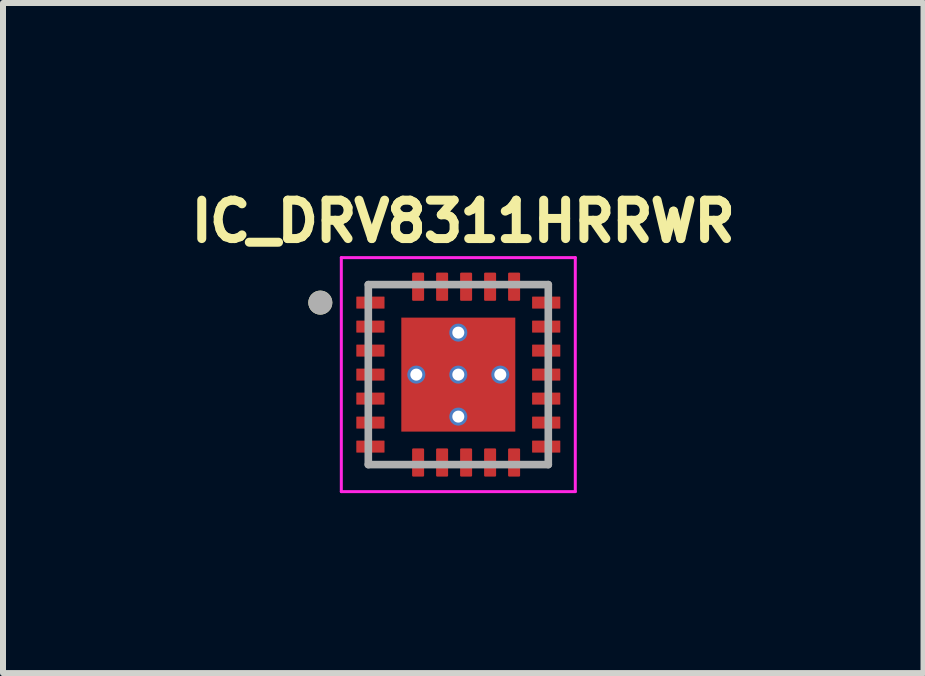
<source format=kicad_pcb>
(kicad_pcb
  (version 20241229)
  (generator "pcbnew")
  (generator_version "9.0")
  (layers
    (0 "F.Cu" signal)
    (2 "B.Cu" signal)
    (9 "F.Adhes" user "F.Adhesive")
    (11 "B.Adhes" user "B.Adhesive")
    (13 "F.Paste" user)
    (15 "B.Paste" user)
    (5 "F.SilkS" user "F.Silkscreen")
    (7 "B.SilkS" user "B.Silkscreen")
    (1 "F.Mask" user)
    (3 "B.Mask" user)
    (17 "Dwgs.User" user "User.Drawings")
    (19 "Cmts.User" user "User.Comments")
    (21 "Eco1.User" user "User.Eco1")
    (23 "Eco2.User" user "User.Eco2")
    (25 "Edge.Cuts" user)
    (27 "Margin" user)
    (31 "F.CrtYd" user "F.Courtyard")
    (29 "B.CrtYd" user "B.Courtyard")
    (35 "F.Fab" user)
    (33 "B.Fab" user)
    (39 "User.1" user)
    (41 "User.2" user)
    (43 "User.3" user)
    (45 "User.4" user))
  (footprint "IC_DRV8311HRRWR"
    (layer "F.Cu")
    (at 4.589 3.194)
    (property "Reference" "IC_DRV8311HRRWR" (at 0.082 -2.556 0) (layer "F.SilkS") (effects (font (size 0.64 0.64) (thickness 0.15))))
    (attr through_hole)
    (fp_poly (pts (xy -1.75 -1.1) (xy -1.75 -1.3) (xy -1.75 -1.303) (xy -1.75 -1.305) (xy -1.749 -1.308) (xy -1.749 -1.31) (xy -1.748 -1.313) (xy -1.748 -1.315) (xy -1.747 -1.318) (xy -1.746 -1.32) (xy -1.745 -1.323) (xy -1.743 -1.325) (xy -1.742 -1.327) (xy -1.74 -1.329) (xy -1.739 -1.331) (xy -1.737 -1.333) (xy -1.735 -1.335) (xy -1.733 -1.337) (xy -1.731 -1.339) (xy -1.729 -1.34) (xy -1.727 -1.342) (xy -1.725 -1.343) (xy -1.723 -1.345) (xy -1.72 -1.346) (xy -1.718 -1.347) (xy -1.715 -1.348) (xy -1.713 -1.348) (xy -1.71 -1.349) (xy -1.708 -1.349) (xy -1.705 -1.35) (xy -1.703 -1.35) (xy -1.7 -1.35) (xy -1.23 -1.35) (xy -1.227 -1.35) (xy -1.225 -1.35) (xy -1.222 -1.349) (xy -1.22 -1.349) (xy -1.217 -1.348) (xy -1.215 -1.348) (xy -1.212 -1.347) (xy -1.21 -1.346) (xy -1.207 -1.345) (xy -1.205 -1.343) (xy -1.203 -1.342) (xy -1.201 -1.34) (xy -1.199 -1.339) (xy -1.197 -1.337) (xy -1.195 -1.335) (xy -1.193 -1.333) (xy -1.191 -1.331) (xy -1.19 -1.329) (xy -1.188 -1.327) (xy -1.187 -1.325) (xy -1.185 -1.323) (xy -1.184 -1.32) (xy -1.183 -1.318) (xy -1.182 -1.315) (xy -1.182 -1.313) (xy -1.181 -1.31) (xy -1.181 -1.308) (xy -1.18 -1.305) (xy -1.18 -1.303) (xy -1.18 -1.3) (xy -1.18 -1.1) (xy -1.18 -1.097) (xy -1.18 -1.095) (xy -1.181 -1.092) (xy -1.181 -1.09) (xy -1.182 -1.087) (xy -1.182 -1.085) (xy -1.183 -1.082) (xy -1.184 -1.08) (xy -1.185 -1.077) (xy -1.187 -1.075) (xy -1.188 -1.073) (xy -1.19 -1.071) (xy -1.191 -1.069) (xy -1.193 -1.067) (xy -1.195 -1.065) (xy -1.197 -1.063) (xy -1.199 -1.061) (xy -1.201 -1.06) (xy -1.203 -1.058) (xy -1.205 -1.057) (xy -1.207 -1.055) (xy -1.21 -1.054) (xy -1.212 -1.053) (xy -1.215 -1.052) (xy -1.217 -1.052) (xy -1.22 -1.051) (xy -1.222 -1.051) (xy -1.225 -1.05) (xy -1.227 -1.05) (xy -1.23 -1.05) (xy -1.7 -1.05) (xy -1.703 -1.05) (xy -1.705 -1.05) (xy -1.708 -1.051) (xy -1.71 -1.051) (xy -1.713 -1.052) (xy -1.715 -1.052) (xy -1.718 -1.053) (xy -1.72 -1.054) (xy -1.723 -1.055) (xy -1.725 -1.057) (xy -1.727 -1.058) (xy -1.729 -1.06) (xy -1.731 -1.061) (xy -1.733 -1.063) (xy -1.735 -1.065) (xy -1.737 -1.067) (xy -1.739 -1.069) (xy -1.74 -1.071) (xy -1.742 -1.073) (xy -1.743 -1.075) (xy -1.745 -1.077) (xy -1.746 -1.08) (xy -1.747 -1.082) (xy -1.748 -1.085) (xy -1.748 -1.087) (xy -1.749 -1.09) (xy -1.749 -1.092) (xy -1.75 -1.095) (xy -1.75 -1.097) (xy -1.75 -1.1)) (stroke (width 0.01) (type solid)) (fill yes) (layer "F.Mask"))
    (fp_poly (pts (xy -1.75 -0.7) (xy -1.75 -0.9) (xy -1.75 -0.903) (xy -1.75 -0.905) (xy -1.749 -0.908) (xy -1.749 -0.91) (xy -1.748 -0.913) (xy -1.748 -0.915) (xy -1.747 -0.918) (xy -1.746 -0.92) (xy -1.745 -0.923) (xy -1.743 -0.925) (xy -1.742 -0.927) (xy -1.74 -0.929) (xy -1.739 -0.931) (xy -1.737 -0.933) (xy -1.735 -0.935) (xy -1.733 -0.937) (xy -1.731 -0.939) (xy -1.729 -0.94) (xy -1.727 -0.942) (xy -1.725 -0.943) (xy -1.723 -0.945) (xy -1.72 -0.946) (xy -1.718 -0.947) (xy -1.715 -0.948) (xy -1.713 -0.948) (xy -1.71 -0.949) (xy -1.708 -0.949) (xy -1.705 -0.95) (xy -1.703 -0.95) (xy -1.7 -0.95) (xy -1.23 -0.95) (xy -1.227 -0.95) (xy -1.225 -0.95) (xy -1.222 -0.949) (xy -1.22 -0.949) (xy -1.217 -0.948) (xy -1.215 -0.948) (xy -1.212 -0.947) (xy -1.21 -0.946) (xy -1.207 -0.945) (xy -1.205 -0.943) (xy -1.203 -0.942) (xy -1.201 -0.94) (xy -1.199 -0.939) (xy -1.197 -0.937) (xy -1.195 -0.935) (xy -1.193 -0.933) (xy -1.191 -0.931) (xy -1.19 -0.929) (xy -1.188 -0.927) (xy -1.187 -0.925) (xy -1.185 -0.923) (xy -1.184 -0.92) (xy -1.183 -0.918) (xy -1.182 -0.915) (xy -1.182 -0.913) (xy -1.181 -0.91) (xy -1.181 -0.908) (xy -1.18 -0.905) (xy -1.18 -0.903) (xy -1.18 -0.9) (xy -1.18 -0.7) (xy -1.18 -0.697) (xy -1.18 -0.695) (xy -1.181 -0.692) (xy -1.181 -0.69) (xy -1.182 -0.687) (xy -1.182 -0.685) (xy -1.183 -0.682) (xy -1.184 -0.68) (xy -1.185 -0.677) (xy -1.187 -0.675) (xy -1.188 -0.673) (xy -1.19 -0.671) (xy -1.191 -0.669) (xy -1.193 -0.667) (xy -1.195 -0.665) (xy -1.197 -0.663) (xy -1.199 -0.661) (xy -1.201 -0.66) (xy -1.203 -0.658) (xy -1.205 -0.657) (xy -1.207 -0.655) (xy -1.21 -0.654) (xy -1.212 -0.653) (xy -1.215 -0.652) (xy -1.217 -0.652) (xy -1.22 -0.651) (xy -1.222 -0.651) (xy -1.225 -0.65) (xy -1.227 -0.65) (xy -1.23 -0.65) (xy -1.7 -0.65) (xy -1.703 -0.65) (xy -1.705 -0.65) (xy -1.708 -0.651) (xy -1.71 -0.651) (xy -1.713 -0.652) (xy -1.715 -0.652) (xy -1.718 -0.653) (xy -1.72 -0.654) (xy -1.723 -0.655) (xy -1.725 -0.657) (xy -1.727 -0.658) (xy -1.729 -0.66) (xy -1.731 -0.661) (xy -1.733 -0.663) (xy -1.735 -0.665) (xy -1.737 -0.667) (xy -1.739 -0.669) (xy -1.74 -0.671) (xy -1.742 -0.673) (xy -1.743 -0.675) (xy -1.745 -0.677) (xy -1.746 -0.68) (xy -1.747 -0.682) (xy -1.748 -0.685) (xy -1.748 -0.687) (xy -1.749 -0.69) (xy -1.749 -0.692) (xy -1.75 -0.695) (xy -1.75 -0.697) (xy -1.75 -0.7)) (stroke (width 0.01) (type solid)) (fill yes) (layer "F.Mask"))
    (fp_poly (pts (xy -1.75 -0.3) (xy -1.75 -0.5) (xy -1.75 -0.503) (xy -1.75 -0.505) (xy -1.749 -0.508) (xy -1.749 -0.51) (xy -1.748 -0.513) (xy -1.748 -0.515) (xy -1.747 -0.518) (xy -1.746 -0.52) (xy -1.745 -0.523) (xy -1.743 -0.525) (xy -1.742 -0.527) (xy -1.74 -0.529) (xy -1.739 -0.531) (xy -1.737 -0.533) (xy -1.735 -0.535) (xy -1.733 -0.537) (xy -1.731 -0.539) (xy -1.729 -0.54) (xy -1.727 -0.542) (xy -1.725 -0.543) (xy -1.723 -0.545) (xy -1.72 -0.546) (xy -1.718 -0.547) (xy -1.715 -0.548) (xy -1.713 -0.548) (xy -1.71 -0.549) (xy -1.708 -0.549) (xy -1.705 -0.55) (xy -1.703 -0.55) (xy -1.7 -0.55) (xy -1.23 -0.55) (xy -1.227 -0.55) (xy -1.225 -0.55) (xy -1.222 -0.549) (xy -1.22 -0.549) (xy -1.217 -0.548) (xy -1.215 -0.548) (xy -1.212 -0.547) (xy -1.21 -0.546) (xy -1.207 -0.545) (xy -1.205 -0.543) (xy -1.203 -0.542) (xy -1.201 -0.54) (xy -1.199 -0.539) (xy -1.197 -0.537) (xy -1.195 -0.535) (xy -1.193 -0.533) (xy -1.191 -0.531) (xy -1.19 -0.529) (xy -1.188 -0.527) (xy -1.187 -0.525) (xy -1.185 -0.523) (xy -1.184 -0.52) (xy -1.183 -0.518) (xy -1.182 -0.515) (xy -1.182 -0.513) (xy -1.181 -0.51) (xy -1.181 -0.508) (xy -1.18 -0.505) (xy -1.18 -0.503) (xy -1.18 -0.5) (xy -1.18 -0.3) (xy -1.18 -0.297) (xy -1.18 -0.295) (xy -1.181 -0.292) (xy -1.181 -0.29) (xy -1.182 -0.287) (xy -1.182 -0.285) (xy -1.183 -0.282) (xy -1.184 -0.28) (xy -1.185 -0.277) (xy -1.187 -0.275) (xy -1.188 -0.273) (xy -1.19 -0.271) (xy -1.191 -0.269) (xy -1.193 -0.267) (xy -1.195 -0.265) (xy -1.197 -0.263) (xy -1.199 -0.261) (xy -1.201 -0.26) (xy -1.203 -0.258) (xy -1.205 -0.257) (xy -1.207 -0.255) (xy -1.21 -0.254) (xy -1.212 -0.253) (xy -1.215 -0.252) (xy -1.217 -0.252) (xy -1.22 -0.251) (xy -1.222 -0.251) (xy -1.225 -0.25) (xy -1.227 -0.25) (xy -1.23 -0.25) (xy -1.7 -0.25) (xy -1.703 -0.25) (xy -1.705 -0.25) (xy -1.708 -0.251) (xy -1.71 -0.251) (xy -1.713 -0.252) (xy -1.715 -0.252) (xy -1.718 -0.253) (xy -1.72 -0.254) (xy -1.723 -0.255) (xy -1.725 -0.257) (xy -1.727 -0.258) (xy -1.729 -0.26) (xy -1.731 -0.261) (xy -1.733 -0.263) (xy -1.735 -0.265) (xy -1.737 -0.267) (xy -1.739 -0.269) (xy -1.74 -0.271) (xy -1.742 -0.273) (xy -1.743 -0.275) (xy -1.745 -0.277) (xy -1.746 -0.28) (xy -1.747 -0.282) (xy -1.748 -0.285) (xy -1.748 -0.287) (xy -1.749 -0.29) (xy -1.749 -0.292) (xy -1.75 -0.295) (xy -1.75 -0.297) (xy -1.75 -0.3)) (stroke (width 0.01) (type solid)) (fill yes) (layer "F.Mask"))
    (fp_poly (pts (xy -1.75 0.1) (xy -1.75 -0.1) (xy -1.75 -0.103) (xy -1.75 -0.105) (xy -1.749 -0.108) (xy -1.749 -0.11) (xy -1.748 -0.113) (xy -1.748 -0.115) (xy -1.747 -0.118) (xy -1.746 -0.12) (xy -1.745 -0.123) (xy -1.743 -0.125) (xy -1.742 -0.127) (xy -1.74 -0.129) (xy -1.739 -0.131) (xy -1.737 -0.133) (xy -1.735 -0.135) (xy -1.733 -0.137) (xy -1.731 -0.139) (xy -1.729 -0.14) (xy -1.727 -0.142) (xy -1.725 -0.143) (xy -1.723 -0.145) (xy -1.72 -0.146) (xy -1.718 -0.147) (xy -1.715 -0.148) (xy -1.713 -0.148) (xy -1.71 -0.149) (xy -1.708 -0.149) (xy -1.705 -0.15) (xy -1.703 -0.15) (xy -1.7 -0.15) (xy -1.23 -0.15) (xy -1.227 -0.15) (xy -1.225 -0.15) (xy -1.222 -0.149) (xy -1.22 -0.149) (xy -1.217 -0.148) (xy -1.215 -0.148) (xy -1.212 -0.147) (xy -1.21 -0.146) (xy -1.207 -0.145) (xy -1.205 -0.143) (xy -1.203 -0.142) (xy -1.201 -0.14) (xy -1.199 -0.139) (xy -1.197 -0.137) (xy -1.195 -0.135) (xy -1.193 -0.133) (xy -1.191 -0.131) (xy -1.19 -0.129) (xy -1.188 -0.127) (xy -1.187 -0.125) (xy -1.185 -0.123) (xy -1.184 -0.12) (xy -1.183 -0.118) (xy -1.182 -0.115) (xy -1.182 -0.113) (xy -1.181 -0.11) (xy -1.181 -0.108) (xy -1.18 -0.105) (xy -1.18 -0.103) (xy -1.18 -0.1) (xy -1.18 0.1) (xy -1.18 0.103) (xy -1.18 0.105) (xy -1.181 0.108) (xy -1.181 0.11) (xy -1.182 0.113) (xy -1.182 0.115) (xy -1.183 0.118) (xy -1.184 0.12) (xy -1.185 0.123) (xy -1.187 0.125) (xy -1.188 0.127) (xy -1.19 0.129) (xy -1.191 0.131) (xy -1.193 0.133) (xy -1.195 0.135) (xy -1.197 0.137) (xy -1.199 0.139) (xy -1.201 0.14) (xy -1.203 0.142) (xy -1.205 0.143) (xy -1.207 0.145) (xy -1.21 0.146) (xy -1.212 0.147) (xy -1.215 0.148) (xy -1.217 0.148) (xy -1.22 0.149) (xy -1.222 0.149) (xy -1.225 0.15) (xy -1.227 0.15) (xy -1.23 0.15) (xy -1.7 0.15) (xy -1.703 0.15) (xy -1.705 0.15) (xy -1.708 0.149) (xy -1.71 0.149) (xy -1.713 0.148) (xy -1.715 0.148) (xy -1.718 0.147) (xy -1.72 0.146) (xy -1.723 0.145) (xy -1.725 0.143) (xy -1.727 0.142) (xy -1.729 0.14) (xy -1.731 0.139) (xy -1.733 0.137) (xy -1.735 0.135) (xy -1.737 0.133) (xy -1.739 0.131) (xy -1.74 0.129) (xy -1.742 0.127) (xy -1.743 0.125) (xy -1.745 0.123) (xy -1.746 0.12) (xy -1.747 0.118) (xy -1.748 0.115) (xy -1.748 0.113) (xy -1.749 0.11) (xy -1.749 0.108) (xy -1.75 0.105) (xy -1.75 0.103) (xy -1.75 0.1)) (stroke (width 0.01) (type solid)) (fill yes) (layer "F.Mask"))
    (fp_poly (pts (xy -1.75 0.5) (xy -1.75 0.3) (xy -1.75 0.297) (xy -1.75 0.295) (xy -1.749 0.292) (xy -1.749 0.29) (xy -1.748 0.287) (xy -1.748 0.285) (xy -1.747 0.282) (xy -1.746 0.28) (xy -1.745 0.277) (xy -1.743 0.275) (xy -1.742 0.273) (xy -1.74 0.271) (xy -1.739 0.269) (xy -1.737 0.267) (xy -1.735 0.265) (xy -1.733 0.263) (xy -1.731 0.261) (xy -1.729 0.26) (xy -1.727 0.258) (xy -1.725 0.257) (xy -1.723 0.255) (xy -1.72 0.254) (xy -1.718 0.253) (xy -1.715 0.252) (xy -1.713 0.252) (xy -1.71 0.251) (xy -1.708 0.251) (xy -1.705 0.25) (xy -1.703 0.25) (xy -1.7 0.25) (xy -1.23 0.25) (xy -1.227 0.25) (xy -1.225 0.25) (xy -1.222 0.251) (xy -1.22 0.251) (xy -1.217 0.252) (xy -1.215 0.252) (xy -1.212 0.253) (xy -1.21 0.254) (xy -1.207 0.255) (xy -1.205 0.257) (xy -1.203 0.258) (xy -1.201 0.26) (xy -1.199 0.261) (xy -1.197 0.263) (xy -1.195 0.265) (xy -1.193 0.267) (xy -1.191 0.269) (xy -1.19 0.271) (xy -1.188 0.273) (xy -1.187 0.275) (xy -1.185 0.277) (xy -1.184 0.28) (xy -1.183 0.282) (xy -1.182 0.285) (xy -1.182 0.287) (xy -1.181 0.29) (xy -1.181 0.292) (xy -1.18 0.295) (xy -1.18 0.297) (xy -1.18 0.3) (xy -1.18 0.5) (xy -1.18 0.503) (xy -1.18 0.505) (xy -1.181 0.508) (xy -1.181 0.51) (xy -1.182 0.513) (xy -1.182 0.515) (xy -1.183 0.518) (xy -1.184 0.52) (xy -1.185 0.523) (xy -1.187 0.525) (xy -1.188 0.527) (xy -1.19 0.529) (xy -1.191 0.531) (xy -1.193 0.533) (xy -1.195 0.535) (xy -1.197 0.537) (xy -1.199 0.539) (xy -1.201 0.54) (xy -1.203 0.542) (xy -1.205 0.543) (xy -1.207 0.545) (xy -1.21 0.546) (xy -1.212 0.547) (xy -1.215 0.548) (xy -1.217 0.548) (xy -1.22 0.549) (xy -1.222 0.549) (xy -1.225 0.55) (xy -1.227 0.55) (xy -1.23 0.55) (xy -1.7 0.55) (xy -1.703 0.55) (xy -1.705 0.55) (xy -1.708 0.549) (xy -1.71 0.549) (xy -1.713 0.548) (xy -1.715 0.548) (xy -1.718 0.547) (xy -1.72 0.546) (xy -1.723 0.545) (xy -1.725 0.543) (xy -1.727 0.542) (xy -1.729 0.54) (xy -1.731 0.539) (xy -1.733 0.537) (xy -1.735 0.535) (xy -1.737 0.533) (xy -1.739 0.531) (xy -1.74 0.529) (xy -1.742 0.527) (xy -1.743 0.525) (xy -1.745 0.523) (xy -1.746 0.52) (xy -1.747 0.518) (xy -1.748 0.515) (xy -1.748 0.513) (xy -1.749 0.51) (xy -1.749 0.508) (xy -1.75 0.505) (xy -1.75 0.503) (xy -1.75 0.5)) (stroke (width 0.01) (type solid)) (fill yes) (layer "F.Mask"))
    (fp_poly (pts (xy -1.75 0.9) (xy -1.75 0.7) (xy -1.75 0.697) (xy -1.75 0.695) (xy -1.749 0.692) (xy -1.749 0.69) (xy -1.748 0.687) (xy -1.748 0.685) (xy -1.747 0.682) (xy -1.746 0.68) (xy -1.745 0.677) (xy -1.743 0.675) (xy -1.742 0.673) (xy -1.74 0.671) (xy -1.739 0.669) (xy -1.737 0.667) (xy -1.735 0.665) (xy -1.733 0.663) (xy -1.731 0.661) (xy -1.729 0.66) (xy -1.727 0.658) (xy -1.725 0.657) (xy -1.723 0.655) (xy -1.72 0.654) (xy -1.718 0.653) (xy -1.715 0.652) (xy -1.713 0.652) (xy -1.71 0.651) (xy -1.708 0.651) (xy -1.705 0.65) (xy -1.703 0.65) (xy -1.7 0.65) (xy -1.23 0.65) (xy -1.227 0.65) (xy -1.225 0.65) (xy -1.222 0.651) (xy -1.22 0.651) (xy -1.217 0.652) (xy -1.215 0.652) (xy -1.212 0.653) (xy -1.21 0.654) (xy -1.207 0.655) (xy -1.205 0.657) (xy -1.203 0.658) (xy -1.201 0.66) (xy -1.199 0.661) (xy -1.197 0.663) (xy -1.195 0.665) (xy -1.193 0.667) (xy -1.191 0.669) (xy -1.19 0.671) (xy -1.188 0.673) (xy -1.187 0.675) (xy -1.185 0.677) (xy -1.184 0.68) (xy -1.183 0.682) (xy -1.182 0.685) (xy -1.182 0.687) (xy -1.181 0.69) (xy -1.181 0.692) (xy -1.18 0.695) (xy -1.18 0.697) (xy -1.18 0.7) (xy -1.18 0.9) (xy -1.18 0.903) (xy -1.18 0.905) (xy -1.181 0.908) (xy -1.181 0.91) (xy -1.182 0.913) (xy -1.182 0.915) (xy -1.183 0.918) (xy -1.184 0.92) (xy -1.185 0.923) (xy -1.187 0.925) (xy -1.188 0.927) (xy -1.19 0.929) (xy -1.191 0.931) (xy -1.193 0.933) (xy -1.195 0.935) (xy -1.197 0.937) (xy -1.199 0.939) (xy -1.201 0.94) (xy -1.203 0.942) (xy -1.205 0.943) (xy -1.207 0.945) (xy -1.21 0.946) (xy -1.212 0.947) (xy -1.215 0.948) (xy -1.217 0.948) (xy -1.22 0.949) (xy -1.222 0.949) (xy -1.225 0.95) (xy -1.227 0.95) (xy -1.23 0.95) (xy -1.7 0.95) (xy -1.703 0.95) (xy -1.705 0.95) (xy -1.708 0.949) (xy -1.71 0.949) (xy -1.713 0.948) (xy -1.715 0.948) (xy -1.718 0.947) (xy -1.72 0.946) (xy -1.723 0.945) (xy -1.725 0.943) (xy -1.727 0.942) (xy -1.729 0.94) (xy -1.731 0.939) (xy -1.733 0.937) (xy -1.735 0.935) (xy -1.737 0.933) (xy -1.739 0.931) (xy -1.74 0.929) (xy -1.742 0.927) (xy -1.743 0.925) (xy -1.745 0.923) (xy -1.746 0.92) (xy -1.747 0.918) (xy -1.748 0.915) (xy -1.748 0.913) (xy -1.749 0.91) (xy -1.749 0.908) (xy -1.75 0.905) (xy -1.75 0.903) (xy -1.75 0.9)) (stroke (width 0.01) (type solid)) (fill yes) (layer "F.Mask"))
    (fp_poly (pts (xy -1.75 1.3) (xy -1.75 1.1) (xy -1.75 1.097) (xy -1.75 1.095) (xy -1.749 1.092) (xy -1.749 1.09) (xy -1.748 1.087) (xy -1.748 1.085) (xy -1.747 1.082) (xy -1.746 1.08) (xy -1.745 1.077) (xy -1.743 1.075) (xy -1.742 1.073) (xy -1.74 1.071) (xy -1.739 1.069) (xy -1.737 1.067) (xy -1.735 1.065) (xy -1.733 1.063) (xy -1.731 1.061) (xy -1.729 1.06) (xy -1.727 1.058) (xy -1.725 1.057) (xy -1.723 1.055) (xy -1.72 1.054) (xy -1.718 1.053) (xy -1.715 1.052) (xy -1.713 1.052) (xy -1.71 1.051) (xy -1.708 1.051) (xy -1.705 1.05) (xy -1.703 1.05) (xy -1.7 1.05) (xy -1.23 1.05) (xy -1.227 1.05) (xy -1.225 1.05) (xy -1.222 1.051) (xy -1.22 1.051) (xy -1.217 1.052) (xy -1.215 1.052) (xy -1.212 1.053) (xy -1.21 1.054) (xy -1.207 1.055) (xy -1.205 1.057) (xy -1.203 1.058) (xy -1.201 1.06) (xy -1.199 1.061) (xy -1.197 1.063) (xy -1.195 1.065) (xy -1.193 1.067) (xy -1.191 1.069) (xy -1.19 1.071) (xy -1.188 1.073) (xy -1.187 1.075) (xy -1.185 1.077) (xy -1.184 1.08) (xy -1.183 1.082) (xy -1.182 1.085) (xy -1.182 1.087) (xy -1.181 1.09) (xy -1.181 1.092) (xy -1.18 1.095) (xy -1.18 1.097) (xy -1.18 1.1) (xy -1.18 1.3) (xy -1.18 1.303) (xy -1.18 1.305) (xy -1.181 1.308) (xy -1.181 1.31) (xy -1.182 1.313) (xy -1.182 1.315) (xy -1.183 1.318) (xy -1.184 1.32) (xy -1.185 1.323) (xy -1.187 1.325) (xy -1.188 1.327) (xy -1.19 1.329) (xy -1.191 1.331) (xy -1.193 1.333) (xy -1.195 1.335) (xy -1.197 1.337) (xy -1.199 1.339) (xy -1.201 1.34) (xy -1.203 1.342) (xy -1.205 1.343) (xy -1.207 1.345) (xy -1.21 1.346) (xy -1.212 1.347) (xy -1.215 1.348) (xy -1.217 1.348) (xy -1.22 1.349) (xy -1.222 1.349) (xy -1.225 1.35) (xy -1.227 1.35) (xy -1.23 1.35) (xy -1.7 1.35) (xy -1.703 1.35) (xy -1.705 1.35) (xy -1.708 1.349) (xy -1.71 1.349) (xy -1.713 1.348) (xy -1.715 1.348) (xy -1.718 1.347) (xy -1.72 1.346) (xy -1.723 1.345) (xy -1.725 1.343) (xy -1.727 1.342) (xy -1.729 1.34) (xy -1.731 1.339) (xy -1.733 1.337) (xy -1.735 1.335) (xy -1.737 1.333) (xy -1.739 1.331) (xy -1.74 1.329) (xy -1.742 1.327) (xy -1.743 1.325) (xy -1.745 1.323) (xy -1.746 1.32) (xy -1.747 1.318) (xy -1.748 1.315) (xy -1.748 1.313) (xy -1.749 1.31) (xy -1.749 1.308) (xy -1.75 1.305) (xy -1.75 1.303) (xy -1.75 1.3)) (stroke (width 0.01) (type solid)) (fill yes) (layer "F.Mask"))
    (fp_poly (pts (xy -0.82 -1.23) (xy -0.82 -1.7) (xy -0.82 -1.703) (xy -0.82 -1.705) (xy -0.819 -1.708) (xy -0.819 -1.71) (xy -0.818 -1.713) (xy -0.818 -1.715) (xy -0.817 -1.718) (xy -0.816 -1.72) (xy -0.815 -1.723) (xy -0.813 -1.725) (xy -0.812 -1.727) (xy -0.81 -1.729) (xy -0.809 -1.731) (xy -0.807 -1.733) (xy -0.805 -1.735) (xy -0.803 -1.737) (xy -0.801 -1.739) (xy -0.799 -1.74) (xy -0.797 -1.742) (xy -0.795 -1.743) (xy -0.793 -1.745) (xy -0.79 -1.746) (xy -0.788 -1.747) (xy -0.785 -1.748) (xy -0.783 -1.748) (xy -0.78 -1.749) (xy -0.778 -1.749) (xy -0.775 -1.75) (xy -0.773 -1.75) (xy -0.77 -1.75) (xy -0.57 -1.75) (xy -0.567 -1.75) (xy -0.565 -1.75) (xy -0.562 -1.749) (xy -0.56 -1.749) (xy -0.557 -1.748) (xy -0.555 -1.748) (xy -0.552 -1.747) (xy -0.55 -1.746) (xy -0.547 -1.745) (xy -0.545 -1.743) (xy -0.543 -1.742) (xy -0.541 -1.74) (xy -0.539 -1.739) (xy -0.537 -1.737) (xy -0.535 -1.735) (xy -0.533 -1.733) (xy -0.531 -1.731) (xy -0.53 -1.729) (xy -0.528 -1.727) (xy -0.527 -1.725) (xy -0.525 -1.723) (xy -0.524 -1.72) (xy -0.523 -1.718) (xy -0.522 -1.715) (xy -0.522 -1.713) (xy -0.521 -1.71) (xy -0.521 -1.708) (xy -0.52 -1.705) (xy -0.52 -1.703) (xy -0.52 -1.7) (xy -0.52 -1.23) (xy -0.52 -1.227) (xy -0.52 -1.225) (xy -0.521 -1.222) (xy -0.521 -1.22) (xy -0.522 -1.217) (xy -0.522 -1.215) (xy -0.523 -1.212) (xy -0.524 -1.21) (xy -0.525 -1.207) (xy -0.527 -1.205) (xy -0.528 -1.203) (xy -0.53 -1.201) (xy -0.531 -1.199) (xy -0.533 -1.197) (xy -0.535 -1.195) (xy -0.537 -1.193) (xy -0.539 -1.191) (xy -0.541 -1.19) (xy -0.543 -1.188) (xy -0.545 -1.187) (xy -0.547 -1.185) (xy -0.55 -1.184) (xy -0.552 -1.183) (xy -0.555 -1.182) (xy -0.557 -1.182) (xy -0.56 -1.181) (xy -0.562 -1.181) (xy -0.565 -1.18) (xy -0.567 -1.18) (xy -0.57 -1.18) (xy -0.77 -1.18) (xy -0.773 -1.18) (xy -0.775 -1.18) (xy -0.778 -1.181) (xy -0.78 -1.181) (xy -0.783 -1.182) (xy -0.785 -1.182) (xy -0.788 -1.183) (xy -0.79 -1.184) (xy -0.793 -1.185) (xy -0.795 -1.187) (xy -0.797 -1.188) (xy -0.799 -1.19) (xy -0.801 -1.191) (xy -0.803 -1.193) (xy -0.805 -1.195) (xy -0.807 -1.197) (xy -0.809 -1.199) (xy -0.81 -1.201) (xy -0.812 -1.203) (xy -0.813 -1.205) (xy -0.815 -1.207) (xy -0.816 -1.21) (xy -0.817 -1.212) (xy -0.818 -1.215) (xy -0.818 -1.217) (xy -0.819 -1.22) (xy -0.819 -1.222) (xy -0.82 -1.225) (xy -0.82 -1.227) (xy -0.82 -1.23)) (stroke (width 0.01) (type solid)) (fill yes) (layer "F.Mask"))
    (fp_poly (pts (xy -0.82 1.7) (xy -0.82 1.23) (xy -0.82 1.227) (xy -0.82 1.225) (xy -0.819 1.222) (xy -0.819 1.22) (xy -0.818 1.217) (xy -0.818 1.215) (xy -0.817 1.212) (xy -0.816 1.21) (xy -0.815 1.207) (xy -0.813 1.205) (xy -0.812 1.203) (xy -0.81 1.201) (xy -0.809 1.199) (xy -0.807 1.197) (xy -0.805 1.195) (xy -0.803 1.193) (xy -0.801 1.191) (xy -0.799 1.19) (xy -0.797 1.188) (xy -0.795 1.187) (xy -0.793 1.185) (xy -0.79 1.184) (xy -0.788 1.183) (xy -0.785 1.182) (xy -0.783 1.182) (xy -0.78 1.181) (xy -0.778 1.181) (xy -0.775 1.18) (xy -0.773 1.18) (xy -0.77 1.18) (xy -0.57 1.18) (xy -0.567 1.18) (xy -0.565 1.18) (xy -0.562 1.181) (xy -0.56 1.181) (xy -0.557 1.182) (xy -0.555 1.182) (xy -0.552 1.183) (xy -0.55 1.184) (xy -0.547 1.185) (xy -0.545 1.187) (xy -0.543 1.188) (xy -0.541 1.19) (xy -0.539 1.191) (xy -0.537 1.193) (xy -0.535 1.195) (xy -0.533 1.197) (xy -0.531 1.199) (xy -0.53 1.201) (xy -0.528 1.203) (xy -0.527 1.205) (xy -0.525 1.207) (xy -0.524 1.21) (xy -0.523 1.212) (xy -0.522 1.215) (xy -0.522 1.217) (xy -0.521 1.22) (xy -0.521 1.222) (xy -0.52 1.225) (xy -0.52 1.227) (xy -0.52 1.23) (xy -0.52 1.7) (xy -0.52 1.703) (xy -0.52 1.705) (xy -0.521 1.708) (xy -0.521 1.71) (xy -0.522 1.713) (xy -0.522 1.715) (xy -0.523 1.718) (xy -0.524 1.72) (xy -0.525 1.723) (xy -0.527 1.725) (xy -0.528 1.727) (xy -0.53 1.729) (xy -0.531 1.731) (xy -0.533 1.733) (xy -0.535 1.735) (xy -0.537 1.737) (xy -0.539 1.739) (xy -0.541 1.74) (xy -0.543 1.742) (xy -0.545 1.743) (xy -0.547 1.745) (xy -0.55 1.746) (xy -0.552 1.747) (xy -0.555 1.748) (xy -0.557 1.748) (xy -0.56 1.749) (xy -0.562 1.749) (xy -0.565 1.75) (xy -0.567 1.75) (xy -0.57 1.75) (xy -0.77 1.75) (xy -0.773 1.75) (xy -0.775 1.75) (xy -0.778 1.749) (xy -0.78 1.749) (xy -0.783 1.748) (xy -0.785 1.748) (xy -0.788 1.747) (xy -0.79 1.746) (xy -0.793 1.745) (xy -0.795 1.743) (xy -0.797 1.742) (xy -0.799 1.74) (xy -0.801 1.739) (xy -0.803 1.737) (xy -0.805 1.735) (xy -0.807 1.733) (xy -0.809 1.731) (xy -0.81 1.729) (xy -0.812 1.727) (xy -0.813 1.725) (xy -0.815 1.723) (xy -0.816 1.72) (xy -0.817 1.718) (xy -0.818 1.715) (xy -0.818 1.713) (xy -0.819 1.71) (xy -0.819 1.708) (xy -0.82 1.705) (xy -0.82 1.703) (xy -0.82 1.7)) (stroke (width 0.01) (type solid)) (fill yes) (layer "F.Mask"))
    (fp_poly (pts (xy -0.42 -1.23) (xy -0.42 -1.7) (xy -0.42 -1.703) (xy -0.42 -1.705) (xy -0.419 -1.708) (xy -0.419 -1.71) (xy -0.418 -1.713) (xy -0.418 -1.715) (xy -0.417 -1.718) (xy -0.416 -1.72) (xy -0.415 -1.723) (xy -0.413 -1.725) (xy -0.412 -1.727) (xy -0.41 -1.729) (xy -0.409 -1.731) (xy -0.407 -1.733) (xy -0.405 -1.735) (xy -0.403 -1.737) (xy -0.401 -1.739) (xy -0.399 -1.74) (xy -0.397 -1.742) (xy -0.395 -1.743) (xy -0.393 -1.745) (xy -0.39 -1.746) (xy -0.388 -1.747) (xy -0.385 -1.748) (xy -0.383 -1.748) (xy -0.38 -1.749) (xy -0.378 -1.749) (xy -0.375 -1.75) (xy -0.373 -1.75) (xy -0.37 -1.75) (xy -0.17 -1.75) (xy -0.167 -1.75) (xy -0.165 -1.75) (xy -0.162 -1.749) (xy -0.16 -1.749) (xy -0.157 -1.748) (xy -0.155 -1.748) (xy -0.152 -1.747) (xy -0.15 -1.746) (xy -0.147 -1.745) (xy -0.145 -1.743) (xy -0.143 -1.742) (xy -0.141 -1.74) (xy -0.139 -1.739) (xy -0.137 -1.737) (xy -0.135 -1.735) (xy -0.133 -1.733) (xy -0.131 -1.731) (xy -0.13 -1.729) (xy -0.128 -1.727) (xy -0.127 -1.725) (xy -0.125 -1.723) (xy -0.124 -1.72) (xy -0.123 -1.718) (xy -0.122 -1.715) (xy -0.122 -1.713) (xy -0.121 -1.71) (xy -0.121 -1.708) (xy -0.12 -1.705) (xy -0.12 -1.703) (xy -0.12 -1.7) (xy -0.12 -1.23) (xy -0.12 -1.227) (xy -0.12 -1.225) (xy -0.121 -1.222) (xy -0.121 -1.22) (xy -0.122 -1.217) (xy -0.122 -1.215) (xy -0.123 -1.212) (xy -0.124 -1.21) (xy -0.125 -1.207) (xy -0.127 -1.205) (xy -0.128 -1.203) (xy -0.13 -1.201) (xy -0.131 -1.199) (xy -0.133 -1.197) (xy -0.135 -1.195) (xy -0.137 -1.193) (xy -0.139 -1.191) (xy -0.141 -1.19) (xy -0.143 -1.188) (xy -0.145 -1.187) (xy -0.147 -1.185) (xy -0.15 -1.184) (xy -0.152 -1.183) (xy -0.155 -1.182) (xy -0.157 -1.182) (xy -0.16 -1.181) (xy -0.162 -1.181) (xy -0.165 -1.18) (xy -0.167 -1.18) (xy -0.17 -1.18) (xy -0.37 -1.18) (xy -0.373 -1.18) (xy -0.375 -1.18) (xy -0.378 -1.181) (xy -0.38 -1.181) (xy -0.383 -1.182) (xy -0.385 -1.182) (xy -0.388 -1.183) (xy -0.39 -1.184) (xy -0.393 -1.185) (xy -0.395 -1.187) (xy -0.397 -1.188) (xy -0.399 -1.19) (xy -0.401 -1.191) (xy -0.403 -1.193) (xy -0.405 -1.195) (xy -0.407 -1.197) (xy -0.409 -1.199) (xy -0.41 -1.201) (xy -0.412 -1.203) (xy -0.413 -1.205) (xy -0.415 -1.207) (xy -0.416 -1.21) (xy -0.417 -1.212) (xy -0.418 -1.215) (xy -0.418 -1.217) (xy -0.419 -1.22) (xy -0.419 -1.222) (xy -0.42 -1.225) (xy -0.42 -1.227) (xy -0.42 -1.23)) (stroke (width 0.01) (type solid)) (fill yes) (layer "F.Mask"))
    (fp_poly (pts (xy -0.42 1.7) (xy -0.42 1.23) (xy -0.42 1.227) (xy -0.42 1.225) (xy -0.419 1.222) (xy -0.419 1.22) (xy -0.418 1.217) (xy -0.418 1.215) (xy -0.417 1.212) (xy -0.416 1.21) (xy -0.415 1.207) (xy -0.413 1.205) (xy -0.412 1.203) (xy -0.41 1.201) (xy -0.409 1.199) (xy -0.407 1.197) (xy -0.405 1.195) (xy -0.403 1.193) (xy -0.401 1.191) (xy -0.399 1.19) (xy -0.397 1.188) (xy -0.395 1.187) (xy -0.393 1.185) (xy -0.39 1.184) (xy -0.388 1.183) (xy -0.385 1.182) (xy -0.383 1.182) (xy -0.38 1.181) (xy -0.378 1.181) (xy -0.375 1.18) (xy -0.373 1.18) (xy -0.37 1.18) (xy -0.17 1.18) (xy -0.167 1.18) (xy -0.165 1.18) (xy -0.162 1.181) (xy -0.16 1.181) (xy -0.157 1.182) (xy -0.155 1.182) (xy -0.152 1.183) (xy -0.15 1.184) (xy -0.147 1.185) (xy -0.145 1.187) (xy -0.143 1.188) (xy -0.141 1.19) (xy -0.139 1.191) (xy -0.137 1.193) (xy -0.135 1.195) (xy -0.133 1.197) (xy -0.131 1.199) (xy -0.13 1.201) (xy -0.128 1.203) (xy -0.127 1.205) (xy -0.125 1.207) (xy -0.124 1.21) (xy -0.123 1.212) (xy -0.122 1.215) (xy -0.122 1.217) (xy -0.121 1.22) (xy -0.121 1.222) (xy -0.12 1.225) (xy -0.12 1.227) (xy -0.12 1.23) (xy -0.12 1.7) (xy -0.12 1.703) (xy -0.12 1.705) (xy -0.121 1.708) (xy -0.121 1.71) (xy -0.122 1.713) (xy -0.122 1.715) (xy -0.123 1.718) (xy -0.124 1.72) (xy -0.125 1.723) (xy -0.127 1.725) (xy -0.128 1.727) (xy -0.13 1.729) (xy -0.131 1.731) (xy -0.133 1.733) (xy -0.135 1.735) (xy -0.137 1.737) (xy -0.139 1.739) (xy -0.141 1.74) (xy -0.143 1.742) (xy -0.145 1.743) (xy -0.147 1.745) (xy -0.15 1.746) (xy -0.152 1.747) (xy -0.155 1.748) (xy -0.157 1.748) (xy -0.16 1.749) (xy -0.162 1.749) (xy -0.165 1.75) (xy -0.167 1.75) (xy -0.17 1.75) (xy -0.37 1.75) (xy -0.373 1.75) (xy -0.375 1.75) (xy -0.378 1.749) (xy -0.38 1.749) (xy -0.383 1.748) (xy -0.385 1.748) (xy -0.388 1.747) (xy -0.39 1.746) (xy -0.393 1.745) (xy -0.395 1.743) (xy -0.397 1.742) (xy -0.399 1.74) (xy -0.401 1.739) (xy -0.403 1.737) (xy -0.405 1.735) (xy -0.407 1.733) (xy -0.409 1.731) (xy -0.41 1.729) (xy -0.412 1.727) (xy -0.413 1.725) (xy -0.415 1.723) (xy -0.416 1.72) (xy -0.417 1.718) (xy -0.418 1.715) (xy -0.418 1.713) (xy -0.419 1.71) (xy -0.419 1.708) (xy -0.42 1.705) (xy -0.42 1.703) (xy -0.42 1.7)) (stroke (width 0.01) (type solid)) (fill yes) (layer "F.Mask"))
    (fp_poly (pts (xy -0.02 -1.23) (xy -0.02 -1.7) (xy -0.02 -1.703) (xy -0.02 -1.705) (xy -0.019 -1.708) (xy -0.019 -1.71) (xy -0.018 -1.713) (xy -0.018 -1.715) (xy -0.017 -1.718) (xy -0.016 -1.72) (xy -0.015 -1.723) (xy -0.013 -1.725) (xy -0.012 -1.727) (xy -0.01 -1.729) (xy -0.009 -1.731) (xy -0.007 -1.733) (xy -0.005 -1.735) (xy -0.003 -1.737) (xy -0.001 -1.739) (xy 0.001 -1.74) (xy 0.003 -1.742) (xy 0.005 -1.743) (xy 0.007 -1.745) (xy 0.01 -1.746) (xy 0.012 -1.747) (xy 0.015 -1.748) (xy 0.017 -1.748) (xy 0.02 -1.749) (xy 0.022 -1.749) (xy 0.025 -1.75) (xy 0.027 -1.75) (xy 0.03 -1.75) (xy 0.23 -1.75) (xy 0.233 -1.75) (xy 0.235 -1.75) (xy 0.238 -1.749) (xy 0.24 -1.749) (xy 0.243 -1.748) (xy 0.245 -1.748) (xy 0.248 -1.747) (xy 0.25 -1.746) (xy 0.253 -1.745) (xy 0.255 -1.743) (xy 0.257 -1.742) (xy 0.259 -1.74) (xy 0.261 -1.739) (xy 0.263 -1.737) (xy 0.265 -1.735) (xy 0.267 -1.733) (xy 0.269 -1.731) (xy 0.27 -1.729) (xy 0.272 -1.727) (xy 0.273 -1.725) (xy 0.275 -1.723) (xy 0.276 -1.72) (xy 0.277 -1.718) (xy 0.278 -1.715) (xy 0.278 -1.713) (xy 0.279 -1.71) (xy 0.279 -1.708) (xy 0.28 -1.705) (xy 0.28 -1.703) (xy 0.28 -1.7) (xy 0.28 -1.23) (xy 0.28 -1.227) (xy 0.28 -1.225) (xy 0.279 -1.222) (xy 0.279 -1.22) (xy 0.278 -1.217) (xy 0.278 -1.215) (xy 0.277 -1.212) (xy 0.276 -1.21) (xy 0.275 -1.207) (xy 0.273 -1.205) (xy 0.272 -1.203) (xy 0.27 -1.201) (xy 0.269 -1.199) (xy 0.267 -1.197) (xy 0.265 -1.195) (xy 0.263 -1.193) (xy 0.261 -1.191) (xy 0.259 -1.19) (xy 0.257 -1.188) (xy 0.255 -1.187) (xy 0.253 -1.185) (xy 0.25 -1.184) (xy 0.248 -1.183) (xy 0.245 -1.182) (xy 0.243 -1.182) (xy 0.24 -1.181) (xy 0.238 -1.181) (xy 0.235 -1.18) (xy 0.233 -1.18) (xy 0.23 -1.18) (xy 0.03 -1.18) (xy 0.027 -1.18) (xy 0.025 -1.18) (xy 0.022 -1.181) (xy 0.02 -1.181) (xy 0.017 -1.182) (xy 0.015 -1.182) (xy 0.012 -1.183) (xy 0.01 -1.184) (xy 0.007 -1.185) (xy 0.005 -1.187) (xy 0.003 -1.188) (xy 0.001 -1.19) (xy -0.001 -1.191) (xy -0.003 -1.193) (xy -0.005 -1.195) (xy -0.007 -1.197) (xy -0.009 -1.199) (xy -0.01 -1.201) (xy -0.012 -1.203) (xy -0.013 -1.205) (xy -0.015 -1.207) (xy -0.016 -1.21) (xy -0.017 -1.212) (xy -0.018 -1.215) (xy -0.018 -1.217) (xy -0.019 -1.22) (xy -0.019 -1.222) (xy -0.02 -1.225) (xy -0.02 -1.227) (xy -0.02 -1.23)) (stroke (width 0.01) (type solid)) (fill yes) (layer "F.Mask"))
    (fp_poly (pts (xy -0.02 1.7) (xy -0.02 1.23) (xy -0.02 1.227) (xy -0.02 1.225) (xy -0.019 1.222) (xy -0.019 1.22) (xy -0.018 1.217) (xy -0.018 1.215) (xy -0.017 1.212) (xy -0.016 1.21) (xy -0.015 1.207) (xy -0.013 1.205) (xy -0.012 1.203) (xy -0.01 1.201) (xy -0.009 1.199) (xy -0.007 1.197) (xy -0.005 1.195) (xy -0.003 1.193) (xy -0.001 1.191) (xy 0.001 1.19) (xy 0.003 1.188) (xy 0.005 1.187) (xy 0.007 1.185) (xy 0.01 1.184) (xy 0.012 1.183) (xy 0.015 1.182) (xy 0.017 1.182) (xy 0.02 1.181) (xy 0.022 1.181) (xy 0.025 1.18) (xy 0.027 1.18) (xy 0.03 1.18) (xy 0.23 1.18) (xy 0.233 1.18) (xy 0.235 1.18) (xy 0.238 1.181) (xy 0.24 1.181) (xy 0.243 1.182) (xy 0.245 1.182) (xy 0.248 1.183) (xy 0.25 1.184) (xy 0.253 1.185) (xy 0.255 1.187) (xy 0.257 1.188) (xy 0.259 1.19) (xy 0.261 1.191) (xy 0.263 1.193) (xy 0.265 1.195) (xy 0.267 1.197) (xy 0.269 1.199) (xy 0.27 1.201) (xy 0.272 1.203) (xy 0.273 1.205) (xy 0.275 1.207) (xy 0.276 1.21) (xy 0.277 1.212) (xy 0.278 1.215) (xy 0.278 1.217) (xy 0.279 1.22) (xy 0.279 1.222) (xy 0.28 1.225) (xy 0.28 1.227) (xy 0.28 1.23) (xy 0.28 1.7) (xy 0.28 1.703) (xy 0.28 1.705) (xy 0.279 1.708) (xy 0.279 1.71) (xy 0.278 1.713) (xy 0.278 1.715) (xy 0.277 1.718) (xy 0.276 1.72) (xy 0.275 1.723) (xy 0.273 1.725) (xy 0.272 1.727) (xy 0.27 1.729) (xy 0.269 1.731) (xy 0.267 1.733) (xy 0.265 1.735) (xy 0.263 1.737) (xy 0.261 1.739) (xy 0.259 1.74) (xy 0.257 1.742) (xy 0.255 1.743) (xy 0.253 1.745) (xy 0.25 1.746) (xy 0.248 1.747) (xy 0.245 1.748) (xy 0.243 1.748) (xy 0.24 1.749) (xy 0.238 1.749) (xy 0.235 1.75) (xy 0.233 1.75) (xy 0.23 1.75) (xy 0.03 1.75) (xy 0.027 1.75) (xy 0.025 1.75) (xy 0.022 1.749) (xy 0.02 1.749) (xy 0.017 1.748) (xy 0.015 1.748) (xy 0.012 1.747) (xy 0.01 1.746) (xy 0.007 1.745) (xy 0.005 1.743) (xy 0.003 1.742) (xy 0.001 1.74) (xy -0.001 1.739) (xy -0.003 1.737) (xy -0.005 1.735) (xy -0.007 1.733) (xy -0.009 1.731) (xy -0.01 1.729) (xy -0.012 1.727) (xy -0.013 1.725) (xy -0.015 1.723) (xy -0.016 1.72) (xy -0.017 1.718) (xy -0.018 1.715) (xy -0.018 1.713) (xy -0.019 1.71) (xy -0.019 1.708) (xy -0.02 1.705) (xy -0.02 1.703) (xy -0.02 1.7)) (stroke (width 0.01) (type solid)) (fill yes) (layer "F.Mask"))
    (fp_poly (pts (xy 0.38 -1.23) (xy 0.38 -1.7) (xy 0.38 -1.703) (xy 0.38 -1.705) (xy 0.381 -1.708) (xy 0.381 -1.71) (xy 0.382 -1.713) (xy 0.382 -1.715) (xy 0.383 -1.718) (xy 0.384 -1.72) (xy 0.385 -1.723) (xy 0.387 -1.725) (xy 0.388 -1.727) (xy 0.39 -1.729) (xy 0.391 -1.731) (xy 0.393 -1.733) (xy 0.395 -1.735) (xy 0.397 -1.737) (xy 0.399 -1.739) (xy 0.401 -1.74) (xy 0.403 -1.742) (xy 0.405 -1.743) (xy 0.407 -1.745) (xy 0.41 -1.746) (xy 0.412 -1.747) (xy 0.415 -1.748) (xy 0.417 -1.748) (xy 0.42 -1.749) (xy 0.422 -1.749) (xy 0.425 -1.75) (xy 0.427 -1.75) (xy 0.43 -1.75) (xy 0.63 -1.75) (xy 0.633 -1.75) (xy 0.635 -1.75) (xy 0.638 -1.749) (xy 0.64 -1.749) (xy 0.643 -1.748) (xy 0.645 -1.748) (xy 0.648 -1.747) (xy 0.65 -1.746) (xy 0.653 -1.745) (xy 0.655 -1.743) (xy 0.657 -1.742) (xy 0.659 -1.74) (xy 0.661 -1.739) (xy 0.663 -1.737) (xy 0.665 -1.735) (xy 0.667 -1.733) (xy 0.669 -1.731) (xy 0.67 -1.729) (xy 0.672 -1.727) (xy 0.673 -1.725) (xy 0.675 -1.723) (xy 0.676 -1.72) (xy 0.677 -1.718) (xy 0.678 -1.715) (xy 0.678 -1.713) (xy 0.679 -1.71) (xy 0.679 -1.708) (xy 0.68 -1.705) (xy 0.68 -1.703) (xy 0.68 -1.7) (xy 0.68 -1.23) (xy 0.68 -1.227) (xy 0.68 -1.225) (xy 0.679 -1.222) (xy 0.679 -1.22) (xy 0.678 -1.217) (xy 0.678 -1.215) (xy 0.677 -1.212) (xy 0.676 -1.21) (xy 0.675 -1.207) (xy 0.673 -1.205) (xy 0.672 -1.203) (xy 0.67 -1.201) (xy 0.669 -1.199) (xy 0.667 -1.197) (xy 0.665 -1.195) (xy 0.663 -1.193) (xy 0.661 -1.191) (xy 0.659 -1.19) (xy 0.657 -1.188) (xy 0.655 -1.187) (xy 0.653 -1.185) (xy 0.65 -1.184) (xy 0.648 -1.183) (xy 0.645 -1.182) (xy 0.643 -1.182) (xy 0.64 -1.181) (xy 0.638 -1.181) (xy 0.635 -1.18) (xy 0.633 -1.18) (xy 0.63 -1.18) (xy 0.43 -1.18) (xy 0.427 -1.18) (xy 0.425 -1.18) (xy 0.422 -1.181) (xy 0.42 -1.181) (xy 0.417 -1.182) (xy 0.415 -1.182) (xy 0.412 -1.183) (xy 0.41 -1.184) (xy 0.407 -1.185) (xy 0.405 -1.187) (xy 0.403 -1.188) (xy 0.401 -1.19) (xy 0.399 -1.191) (xy 0.397 -1.193) (xy 0.395 -1.195) (xy 0.393 -1.197) (xy 0.391 -1.199) (xy 0.39 -1.201) (xy 0.388 -1.203) (xy 0.387 -1.205) (xy 0.385 -1.207) (xy 0.384 -1.21) (xy 0.383 -1.212) (xy 0.382 -1.215) (xy 0.382 -1.217) (xy 0.381 -1.22) (xy 0.381 -1.222) (xy 0.38 -1.225) (xy 0.38 -1.227) (xy 0.38 -1.23)) (stroke (width 0.01) (type solid)) (fill yes) (layer "F.Mask"))
    (fp_poly (pts (xy 0.38 1.7) (xy 0.38 1.23) (xy 0.38 1.227) (xy 0.38 1.225) (xy 0.381 1.222) (xy 0.381 1.22) (xy 0.382 1.217) (xy 0.382 1.215) (xy 0.383 1.212) (xy 0.384 1.21) (xy 0.385 1.207) (xy 0.387 1.205) (xy 0.388 1.203) (xy 0.39 1.201) (xy 0.391 1.199) (xy 0.393 1.197) (xy 0.395 1.195) (xy 0.397 1.193) (xy 0.399 1.191) (xy 0.401 1.19) (xy 0.403 1.188) (xy 0.405 1.187) (xy 0.407 1.185) (xy 0.41 1.184) (xy 0.412 1.183) (xy 0.415 1.182) (xy 0.417 1.182) (xy 0.42 1.181) (xy 0.422 1.181) (xy 0.425 1.18) (xy 0.427 1.18) (xy 0.43 1.18) (xy 0.63 1.18) (xy 0.633 1.18) (xy 0.635 1.18) (xy 0.638 1.181) (xy 0.64 1.181) (xy 0.643 1.182) (xy 0.645 1.182) (xy 0.648 1.183) (xy 0.65 1.184) (xy 0.653 1.185) (xy 0.655 1.187) (xy 0.657 1.188) (xy 0.659 1.19) (xy 0.661 1.191) (xy 0.663 1.193) (xy 0.665 1.195) (xy 0.667 1.197) (xy 0.669 1.199) (xy 0.67 1.201) (xy 0.672 1.203) (xy 0.673 1.205) (xy 0.675 1.207) (xy 0.676 1.21) (xy 0.677 1.212) (xy 0.678 1.215) (xy 0.678 1.217) (xy 0.679 1.22) (xy 0.679 1.222) (xy 0.68 1.225) (xy 0.68 1.227) (xy 0.68 1.23) (xy 0.68 1.7) (xy 0.68 1.703) (xy 0.68 1.705) (xy 0.679 1.708) (xy 0.679 1.71) (xy 0.678 1.713) (xy 0.678 1.715) (xy 0.677 1.718) (xy 0.676 1.72) (xy 0.675 1.723) (xy 0.673 1.725) (xy 0.672 1.727) (xy 0.67 1.729) (xy 0.669 1.731) (xy 0.667 1.733) (xy 0.665 1.735) (xy 0.663 1.737) (xy 0.661 1.739) (xy 0.659 1.74) (xy 0.657 1.742) (xy 0.655 1.743) (xy 0.653 1.745) (xy 0.65 1.746) (xy 0.648 1.747) (xy 0.645 1.748) (xy 0.643 1.748) (xy 0.64 1.749) (xy 0.638 1.749) (xy 0.635 1.75) (xy 0.633 1.75) (xy 0.63 1.75) (xy 0.43 1.75) (xy 0.427 1.75) (xy 0.425 1.75) (xy 0.422 1.749) (xy 0.42 1.749) (xy 0.417 1.748) (xy 0.415 1.748) (xy 0.412 1.747) (xy 0.41 1.746) (xy 0.407 1.745) (xy 0.405 1.743) (xy 0.403 1.742) (xy 0.401 1.74) (xy 0.399 1.739) (xy 0.397 1.737) (xy 0.395 1.735) (xy 0.393 1.733) (xy 0.391 1.731) (xy 0.39 1.729) (xy 0.388 1.727) (xy 0.387 1.725) (xy 0.385 1.723) (xy 0.384 1.72) (xy 0.383 1.718) (xy 0.382 1.715) (xy 0.382 1.713) (xy 0.381 1.71) (xy 0.381 1.708) (xy 0.38 1.705) (xy 0.38 1.703) (xy 0.38 1.7)) (stroke (width 0.01) (type solid)) (fill yes) (layer "F.Mask"))
    (fp_poly (pts (xy 0.78 -1.23) (xy 0.78 -1.7) (xy 0.78 -1.703) (xy 0.78 -1.705) (xy 0.781 -1.708) (xy 0.781 -1.71) (xy 0.782 -1.713) (xy 0.782 -1.715) (xy 0.783 -1.718) (xy 0.784 -1.72) (xy 0.785 -1.723) (xy 0.787 -1.725) (xy 0.788 -1.727) (xy 0.79 -1.729) (xy 0.791 -1.731) (xy 0.793 -1.733) (xy 0.795 -1.735) (xy 0.797 -1.737) (xy 0.799 -1.739) (xy 0.801 -1.74) (xy 0.803 -1.742) (xy 0.805 -1.743) (xy 0.807 -1.745) (xy 0.81 -1.746) (xy 0.812 -1.747) (xy 0.815 -1.748) (xy 0.817 -1.748) (xy 0.82 -1.749) (xy 0.822 -1.749) (xy 0.825 -1.75) (xy 0.827 -1.75) (xy 0.83 -1.75) (xy 1.03 -1.75) (xy 1.033 -1.75) (xy 1.035 -1.75) (xy 1.038 -1.749) (xy 1.04 -1.749) (xy 1.043 -1.748) (xy 1.045 -1.748) (xy 1.048 -1.747) (xy 1.05 -1.746) (xy 1.053 -1.745) (xy 1.055 -1.743) (xy 1.057 -1.742) (xy 1.059 -1.74) (xy 1.061 -1.739) (xy 1.063 -1.737) (xy 1.065 -1.735) (xy 1.067 -1.733) (xy 1.069 -1.731) (xy 1.07 -1.729) (xy 1.072 -1.727) (xy 1.073 -1.725) (xy 1.075 -1.723) (xy 1.076 -1.72) (xy 1.077 -1.718) (xy 1.078 -1.715) (xy 1.078 -1.713) (xy 1.079 -1.71) (xy 1.079 -1.708) (xy 1.08 -1.705) (xy 1.08 -1.703) (xy 1.08 -1.7) (xy 1.08 -1.23) (xy 1.08 -1.227) (xy 1.08 -1.225) (xy 1.079 -1.222) (xy 1.079 -1.22) (xy 1.078 -1.217) (xy 1.078 -1.215) (xy 1.077 -1.212) (xy 1.076 -1.21) (xy 1.075 -1.207) (xy 1.073 -1.205) (xy 1.072 -1.203) (xy 1.07 -1.201) (xy 1.069 -1.199) (xy 1.067 -1.197) (xy 1.065 -1.195) (xy 1.063 -1.193) (xy 1.061 -1.191) (xy 1.059 -1.19) (xy 1.057 -1.188) (xy 1.055 -1.187) (xy 1.053 -1.185) (xy 1.05 -1.184) (xy 1.048 -1.183) (xy 1.045 -1.182) (xy 1.043 -1.182) (xy 1.04 -1.181) (xy 1.038 -1.181) (xy 1.035 -1.18) (xy 1.033 -1.18) (xy 1.03 -1.18) (xy 0.83 -1.18) (xy 0.827 -1.18) (xy 0.825 -1.18) (xy 0.822 -1.181) (xy 0.82 -1.181) (xy 0.817 -1.182) (xy 0.815 -1.182) (xy 0.812 -1.183) (xy 0.81 -1.184) (xy 0.807 -1.185) (xy 0.805 -1.187) (xy 0.803 -1.188) (xy 0.801 -1.19) (xy 0.799 -1.191) (xy 0.797 -1.193) (xy 0.795 -1.195) (xy 0.793 -1.197) (xy 0.791 -1.199) (xy 0.79 -1.201) (xy 0.788 -1.203) (xy 0.787 -1.205) (xy 0.785 -1.207) (xy 0.784 -1.21) (xy 0.783 -1.212) (xy 0.782 -1.215) (xy 0.782 -1.217) (xy 0.781 -1.22) (xy 0.781 -1.222) (xy 0.78 -1.225) (xy 0.78 -1.227) (xy 0.78 -1.23)) (stroke (width 0.01) (type solid)) (fill yes) (layer "F.Mask"))
    (fp_poly (pts (xy 0.78 1.7) (xy 0.78 1.23) (xy 0.78 1.227) (xy 0.78 1.225) (xy 0.781 1.222) (xy 0.781 1.22) (xy 0.782 1.217) (xy 0.782 1.215) (xy 0.783 1.212) (xy 0.784 1.21) (xy 0.785 1.207) (xy 0.787 1.205) (xy 0.788 1.203) (xy 0.79 1.201) (xy 0.791 1.199) (xy 0.793 1.197) (xy 0.795 1.195) (xy 0.797 1.193) (xy 0.799 1.191) (xy 0.801 1.19) (xy 0.803 1.188) (xy 0.805 1.187) (xy 0.807 1.185) (xy 0.81 1.184) (xy 0.812 1.183) (xy 0.815 1.182) (xy 0.817 1.182) (xy 0.82 1.181) (xy 0.822 1.181) (xy 0.825 1.18) (xy 0.827 1.18) (xy 0.83 1.18) (xy 1.03 1.18) (xy 1.033 1.18) (xy 1.035 1.18) (xy 1.038 1.181) (xy 1.04 1.181) (xy 1.043 1.182) (xy 1.045 1.182) (xy 1.048 1.183) (xy 1.05 1.184) (xy 1.053 1.185) (xy 1.055 1.187) (xy 1.057 1.188) (xy 1.059 1.19) (xy 1.061 1.191) (xy 1.063 1.193) (xy 1.065 1.195) (xy 1.067 1.197) (xy 1.069 1.199) (xy 1.07 1.201) (xy 1.072 1.203) (xy 1.073 1.205) (xy 1.075 1.207) (xy 1.076 1.21) (xy 1.077 1.212) (xy 1.078 1.215) (xy 1.078 1.217) (xy 1.079 1.22) (xy 1.079 1.222) (xy 1.08 1.225) (xy 1.08 1.227) (xy 1.08 1.23) (xy 1.08 1.7) (xy 1.08 1.703) (xy 1.08 1.705) (xy 1.079 1.708) (xy 1.079 1.71) (xy 1.078 1.713) (xy 1.078 1.715) (xy 1.077 1.718) (xy 1.076 1.72) (xy 1.075 1.723) (xy 1.073 1.725) (xy 1.072 1.727) (xy 1.07 1.729) (xy 1.069 1.731) (xy 1.067 1.733) (xy 1.065 1.735) (xy 1.063 1.737) (xy 1.061 1.739) (xy 1.059 1.74) (xy 1.057 1.742) (xy 1.055 1.743) (xy 1.053 1.745) (xy 1.05 1.746) (xy 1.048 1.747) (xy 1.045 1.748) (xy 1.043 1.748) (xy 1.04 1.749) (xy 1.038 1.749) (xy 1.035 1.75) (xy 1.033 1.75) (xy 1.03 1.75) (xy 0.83 1.75) (xy 0.827 1.75) (xy 0.825 1.75) (xy 0.822 1.749) (xy 0.82 1.749) (xy 0.817 1.748) (xy 0.815 1.748) (xy 0.812 1.747) (xy 0.81 1.746) (xy 0.807 1.745) (xy 0.805 1.743) (xy 0.803 1.742) (xy 0.801 1.74) (xy 0.799 1.739) (xy 0.797 1.737) (xy 0.795 1.735) (xy 0.793 1.733) (xy 0.791 1.731) (xy 0.79 1.729) (xy 0.788 1.727) (xy 0.787 1.725) (xy 0.785 1.723) (xy 0.784 1.72) (xy 0.783 1.718) (xy 0.782 1.715) (xy 0.782 1.713) (xy 0.781 1.71) (xy 0.781 1.708) (xy 0.78 1.705) (xy 0.78 1.703) (xy 0.78 1.7)) (stroke (width 0.01) (type solid)) (fill yes) (layer "F.Mask"))
    (fp_poly (pts (xy 1.18 -1.1) (xy 1.18 -1.3) (xy 1.18 -1.303) (xy 1.18 -1.305) (xy 1.181 -1.308) (xy 1.181 -1.31) (xy 1.182 -1.313) (xy 1.182 -1.315) (xy 1.183 -1.318) (xy 1.184 -1.32) (xy 1.185 -1.323) (xy 1.187 -1.325) (xy 1.188 -1.327) (xy 1.19 -1.329) (xy 1.191 -1.331) (xy 1.193 -1.333) (xy 1.195 -1.335) (xy 1.197 -1.337) (xy 1.199 -1.339) (xy 1.201 -1.34) (xy 1.203 -1.342) (xy 1.205 -1.343) (xy 1.207 -1.345) (xy 1.21 -1.346) (xy 1.212 -1.347) (xy 1.215 -1.348) (xy 1.217 -1.348) (xy 1.22 -1.349) (xy 1.222 -1.349) (xy 1.225 -1.35) (xy 1.227 -1.35) (xy 1.23 -1.35) (xy 1.7 -1.35) (xy 1.703 -1.35) (xy 1.705 -1.35) (xy 1.708 -1.349) (xy 1.71 -1.349) (xy 1.713 -1.348) (xy 1.715 -1.348) (xy 1.718 -1.347) (xy 1.72 -1.346) (xy 1.723 -1.345) (xy 1.725 -1.343) (xy 1.727 -1.342) (xy 1.729 -1.34) (xy 1.731 -1.339) (xy 1.733 -1.337) (xy 1.735 -1.335) (xy 1.737 -1.333) (xy 1.739 -1.331) (xy 1.74 -1.329) (xy 1.742 -1.327) (xy 1.743 -1.325) (xy 1.745 -1.323) (xy 1.746 -1.32) (xy 1.747 -1.318) (xy 1.748 -1.315) (xy 1.748 -1.313) (xy 1.749 -1.31) (xy 1.749 -1.308) (xy 1.75 -1.305) (xy 1.75 -1.303) (xy 1.75 -1.3) (xy 1.75 -1.1) (xy 1.75 -1.097) (xy 1.75 -1.095) (xy 1.749 -1.092) (xy 1.749 -1.09) (xy 1.748 -1.087) (xy 1.748 -1.085) (xy 1.747 -1.082) (xy 1.746 -1.08) (xy 1.745 -1.077) (xy 1.743 -1.075) (xy 1.742 -1.073) (xy 1.74 -1.071) (xy 1.739 -1.069) (xy 1.737 -1.067) (xy 1.735 -1.065) (xy 1.733 -1.063) (xy 1.731 -1.061) (xy 1.729 -1.06) (xy 1.727 -1.058) (xy 1.725 -1.057) (xy 1.723 -1.055) (xy 1.72 -1.054) (xy 1.718 -1.053) (xy 1.715 -1.052) (xy 1.713 -1.052) (xy 1.71 -1.051) (xy 1.708 -1.051) (xy 1.705 -1.05) (xy 1.703 -1.05) (xy 1.7 -1.05) (xy 1.23 -1.05) (xy 1.227 -1.05) (xy 1.225 -1.05) (xy 1.222 -1.051) (xy 1.22 -1.051) (xy 1.217 -1.052) (xy 1.215 -1.052) (xy 1.212 -1.053) (xy 1.21 -1.054) (xy 1.207 -1.055) (xy 1.205 -1.057) (xy 1.203 -1.058) (xy 1.201 -1.06) (xy 1.199 -1.061) (xy 1.197 -1.063) (xy 1.195 -1.065) (xy 1.193 -1.067) (xy 1.191 -1.069) (xy 1.19 -1.071) (xy 1.188 -1.073) (xy 1.187 -1.075) (xy 1.185 -1.077) (xy 1.184 -1.08) (xy 1.183 -1.082) (xy 1.182 -1.085) (xy 1.182 -1.087) (xy 1.181 -1.09) (xy 1.181 -1.092) (xy 1.18 -1.095) (xy 1.18 -1.097) (xy 1.18 -1.1)) (stroke (width 0.01) (type solid)) (fill yes) (layer "F.Mask"))
    (fp_poly (pts (xy 1.18 -0.7) (xy 1.18 -0.9) (xy 1.18 -0.903) (xy 1.18 -0.905) (xy 1.181 -0.908) (xy 1.181 -0.91) (xy 1.182 -0.913) (xy 1.182 -0.915) (xy 1.183 -0.918) (xy 1.184 -0.92) (xy 1.185 -0.923) (xy 1.187 -0.925) (xy 1.188 -0.927) (xy 1.19 -0.929) (xy 1.191 -0.931) (xy 1.193 -0.933) (xy 1.195 -0.935) (xy 1.197 -0.937) (xy 1.199 -0.939) (xy 1.201 -0.94) (xy 1.203 -0.942) (xy 1.205 -0.943) (xy 1.207 -0.945) (xy 1.21 -0.946) (xy 1.212 -0.947) (xy 1.215 -0.948) (xy 1.217 -0.948) (xy 1.22 -0.949) (xy 1.222 -0.949) (xy 1.225 -0.95) (xy 1.227 -0.95) (xy 1.23 -0.95) (xy 1.7 -0.95) (xy 1.703 -0.95) (xy 1.705 -0.95) (xy 1.708 -0.949) (xy 1.71 -0.949) (xy 1.713 -0.948) (xy 1.715 -0.948) (xy 1.718 -0.947) (xy 1.72 -0.946) (xy 1.723 -0.945) (xy 1.725 -0.943) (xy 1.727 -0.942) (xy 1.729 -0.94) (xy 1.731 -0.939) (xy 1.733 -0.937) (xy 1.735 -0.935) (xy 1.737 -0.933) (xy 1.739 -0.931) (xy 1.74 -0.929) (xy 1.742 -0.927) (xy 1.743 -0.925) (xy 1.745 -0.923) (xy 1.746 -0.92) (xy 1.747 -0.918) (xy 1.748 -0.915) (xy 1.748 -0.913) (xy 1.749 -0.91) (xy 1.749 -0.908) (xy 1.75 -0.905) (xy 1.75 -0.903) (xy 1.75 -0.9) (xy 1.75 -0.7) (xy 1.75 -0.697) (xy 1.75 -0.695) (xy 1.749 -0.692) (xy 1.749 -0.69) (xy 1.748 -0.687) (xy 1.748 -0.685) (xy 1.747 -0.682) (xy 1.746 -0.68) (xy 1.745 -0.677) (xy 1.743 -0.675) (xy 1.742 -0.673) (xy 1.74 -0.671) (xy 1.739 -0.669) (xy 1.737 -0.667) (xy 1.735 -0.665) (xy 1.733 -0.663) (xy 1.731 -0.661) (xy 1.729 -0.66) (xy 1.727 -0.658) (xy 1.725 -0.657) (xy 1.723 -0.655) (xy 1.72 -0.654) (xy 1.718 -0.653) (xy 1.715 -0.652) (xy 1.713 -0.652) (xy 1.71 -0.651) (xy 1.708 -0.651) (xy 1.705 -0.65) (xy 1.703 -0.65) (xy 1.7 -0.65) (xy 1.23 -0.65) (xy 1.227 -0.65) (xy 1.225 -0.65) (xy 1.222 -0.651) (xy 1.22 -0.651) (xy 1.217 -0.652) (xy 1.215 -0.652) (xy 1.212 -0.653) (xy 1.21 -0.654) (xy 1.207 -0.655) (xy 1.205 -0.657) (xy 1.203 -0.658) (xy 1.201 -0.66) (xy 1.199 -0.661) (xy 1.197 -0.663) (xy 1.195 -0.665) (xy 1.193 -0.667) (xy 1.191 -0.669) (xy 1.19 -0.671) (xy 1.188 -0.673) (xy 1.187 -0.675) (xy 1.185 -0.677) (xy 1.184 -0.68) (xy 1.183 -0.682) (xy 1.182 -0.685) (xy 1.182 -0.687) (xy 1.181 -0.69) (xy 1.181 -0.692) (xy 1.18 -0.695) (xy 1.18 -0.697) (xy 1.18 -0.7)) (stroke (width 0.01) (type solid)) (fill yes) (layer "F.Mask"))
    (fp_poly (pts (xy 1.18 -0.3) (xy 1.18 -0.5) (xy 1.18 -0.503) (xy 1.18 -0.505) (xy 1.181 -0.508) (xy 1.181 -0.51) (xy 1.182 -0.513) (xy 1.182 -0.515) (xy 1.183 -0.518) (xy 1.184 -0.52) (xy 1.185 -0.523) (xy 1.187 -0.525) (xy 1.188 -0.527) (xy 1.19 -0.529) (xy 1.191 -0.531) (xy 1.193 -0.533) (xy 1.195 -0.535) (xy 1.197 -0.537) (xy 1.199 -0.539) (xy 1.201 -0.54) (xy 1.203 -0.542) (xy 1.205 -0.543) (xy 1.207 -0.545) (xy 1.21 -0.546) (xy 1.212 -0.547) (xy 1.215 -0.548) (xy 1.217 -0.548) (xy 1.22 -0.549) (xy 1.222 -0.549) (xy 1.225 -0.55) (xy 1.227 -0.55) (xy 1.23 -0.55) (xy 1.7 -0.55) (xy 1.703 -0.55) (xy 1.705 -0.55) (xy 1.708 -0.549) (xy 1.71 -0.549) (xy 1.713 -0.548) (xy 1.715 -0.548) (xy 1.718 -0.547) (xy 1.72 -0.546) (xy 1.723 -0.545) (xy 1.725 -0.543) (xy 1.727 -0.542) (xy 1.729 -0.54) (xy 1.731 -0.539) (xy 1.733 -0.537) (xy 1.735 -0.535) (xy 1.737 -0.533) (xy 1.739 -0.531) (xy 1.74 -0.529) (xy 1.742 -0.527) (xy 1.743 -0.525) (xy 1.745 -0.523) (xy 1.746 -0.52) (xy 1.747 -0.518) (xy 1.748 -0.515) (xy 1.748 -0.513) (xy 1.749 -0.51) (xy 1.749 -0.508) (xy 1.75 -0.505) (xy 1.75 -0.503) (xy 1.75 -0.5) (xy 1.75 -0.3) (xy 1.75 -0.297) (xy 1.75 -0.295) (xy 1.749 -0.292) (xy 1.749 -0.29) (xy 1.748 -0.287) (xy 1.748 -0.285) (xy 1.747 -0.282) (xy 1.746 -0.28) (xy 1.745 -0.277) (xy 1.743 -0.275) (xy 1.742 -0.273) (xy 1.74 -0.271) (xy 1.739 -0.269) (xy 1.737 -0.267) (xy 1.735 -0.265) (xy 1.733 -0.263) (xy 1.731 -0.261) (xy 1.729 -0.26) (xy 1.727 -0.258) (xy 1.725 -0.257) (xy 1.723 -0.255) (xy 1.72 -0.254) (xy 1.718 -0.253) (xy 1.715 -0.252) (xy 1.713 -0.252) (xy 1.71 -0.251) (xy 1.708 -0.251) (xy 1.705 -0.25) (xy 1.703 -0.25) (xy 1.7 -0.25) (xy 1.23 -0.25) (xy 1.227 -0.25) (xy 1.225 -0.25) (xy 1.222 -0.251) (xy 1.22 -0.251) (xy 1.217 -0.252) (xy 1.215 -0.252) (xy 1.212 -0.253) (xy 1.21 -0.254) (xy 1.207 -0.255) (xy 1.205 -0.257) (xy 1.203 -0.258) (xy 1.201 -0.26) (xy 1.199 -0.261) (xy 1.197 -0.263) (xy 1.195 -0.265) (xy 1.193 -0.267) (xy 1.191 -0.269) (xy 1.19 -0.271) (xy 1.188 -0.273) (xy 1.187 -0.275) (xy 1.185 -0.277) (xy 1.184 -0.28) (xy 1.183 -0.282) (xy 1.182 -0.285) (xy 1.182 -0.287) (xy 1.181 -0.29) (xy 1.181 -0.292) (xy 1.18 -0.295) (xy 1.18 -0.297) (xy 1.18 -0.3)) (stroke (width 0.01) (type solid)) (fill yes) (layer "F.Mask"))
    (fp_poly (pts (xy 1.18 0.1) (xy 1.18 -0.1) (xy 1.18 -0.103) (xy 1.18 -0.105) (xy 1.181 -0.108) (xy 1.181 -0.11) (xy 1.182 -0.113) (xy 1.182 -0.115) (xy 1.183 -0.118) (xy 1.184 -0.12) (xy 1.185 -0.123) (xy 1.187 -0.125) (xy 1.188 -0.127) (xy 1.19 -0.129) (xy 1.191 -0.131) (xy 1.193 -0.133) (xy 1.195 -0.135) (xy 1.197 -0.137) (xy 1.199 -0.139) (xy 1.201 -0.14) (xy 1.203 -0.142) (xy 1.205 -0.143) (xy 1.207 -0.145) (xy 1.21 -0.146) (xy 1.212 -0.147) (xy 1.215 -0.148) (xy 1.217 -0.148) (xy 1.22 -0.149) (xy 1.222 -0.149) (xy 1.225 -0.15) (xy 1.227 -0.15) (xy 1.23 -0.15) (xy 1.7 -0.15) (xy 1.703 -0.15) (xy 1.705 -0.15) (xy 1.708 -0.149) (xy 1.71 -0.149) (xy 1.713 -0.148) (xy 1.715 -0.148) (xy 1.718 -0.147) (xy 1.72 -0.146) (xy 1.723 -0.145) (xy 1.725 -0.143) (xy 1.727 -0.142) (xy 1.729 -0.14) (xy 1.731 -0.139) (xy 1.733 -0.137) (xy 1.735 -0.135) (xy 1.737 -0.133) (xy 1.739 -0.131) (xy 1.74 -0.129) (xy 1.742 -0.127) (xy 1.743 -0.125) (xy 1.745 -0.123) (xy 1.746 -0.12) (xy 1.747 -0.118) (xy 1.748 -0.115) (xy 1.748 -0.113) (xy 1.749 -0.11) (xy 1.749 -0.108) (xy 1.75 -0.105) (xy 1.75 -0.103) (xy 1.75 -0.1) (xy 1.75 0.1) (xy 1.75 0.103) (xy 1.75 0.105) (xy 1.749 0.108) (xy 1.749 0.11) (xy 1.748 0.113) (xy 1.748 0.115) (xy 1.747 0.118) (xy 1.746 0.12) (xy 1.745 0.123) (xy 1.743 0.125) (xy 1.742 0.127) (xy 1.74 0.129) (xy 1.739 0.131) (xy 1.737 0.133) (xy 1.735 0.135) (xy 1.733 0.137) (xy 1.731 0.139) (xy 1.729 0.14) (xy 1.727 0.142) (xy 1.725 0.143) (xy 1.723 0.145) (xy 1.72 0.146) (xy 1.718 0.147) (xy 1.715 0.148) (xy 1.713 0.148) (xy 1.71 0.149) (xy 1.708 0.149) (xy 1.705 0.15) (xy 1.703 0.15) (xy 1.7 0.15) (xy 1.23 0.15) (xy 1.227 0.15) (xy 1.225 0.15) (xy 1.222 0.149) (xy 1.22 0.149) (xy 1.217 0.148) (xy 1.215 0.148) (xy 1.212 0.147) (xy 1.21 0.146) (xy 1.207 0.145) (xy 1.205 0.143) (xy 1.203 0.142) (xy 1.201 0.14) (xy 1.199 0.139) (xy 1.197 0.137) (xy 1.195 0.135) (xy 1.193 0.133) (xy 1.191 0.131) (xy 1.19 0.129) (xy 1.188 0.127) (xy 1.187 0.125) (xy 1.185 0.123) (xy 1.184 0.12) (xy 1.183 0.118) (xy 1.182 0.115) (xy 1.182 0.113) (xy 1.181 0.11) (xy 1.181 0.108) (xy 1.18 0.105) (xy 1.18 0.103) (xy 1.18 0.1)) (stroke (width 0.01) (type solid)) (fill yes) (layer "F.Mask"))
    (fp_poly (pts (xy 1.18 0.5) (xy 1.18 0.3) (xy 1.18 0.297) (xy 1.18 0.295) (xy 1.181 0.292) (xy 1.181 0.29) (xy 1.182 0.287) (xy 1.182 0.285) (xy 1.183 0.282) (xy 1.184 0.28) (xy 1.185 0.277) (xy 1.187 0.275) (xy 1.188 0.273) (xy 1.19 0.271) (xy 1.191 0.269) (xy 1.193 0.267) (xy 1.195 0.265) (xy 1.197 0.263) (xy 1.199 0.261) (xy 1.201 0.26) (xy 1.203 0.258) (xy 1.205 0.257) (xy 1.207 0.255) (xy 1.21 0.254) (xy 1.212 0.253) (xy 1.215 0.252) (xy 1.217 0.252) (xy 1.22 0.251) (xy 1.222 0.251) (xy 1.225 0.25) (xy 1.227 0.25) (xy 1.23 0.25) (xy 1.7 0.25) (xy 1.703 0.25) (xy 1.705 0.25) (xy 1.708 0.251) (xy 1.71 0.251) (xy 1.713 0.252) (xy 1.715 0.252) (xy 1.718 0.253) (xy 1.72 0.254) (xy 1.723 0.255) (xy 1.725 0.257) (xy 1.727 0.258) (xy 1.729 0.26) (xy 1.731 0.261) (xy 1.733 0.263) (xy 1.735 0.265) (xy 1.737 0.267) (xy 1.739 0.269) (xy 1.74 0.271) (xy 1.742 0.273) (xy 1.743 0.275) (xy 1.745 0.277) (xy 1.746 0.28) (xy 1.747 0.282) (xy 1.748 0.285) (xy 1.748 0.287) (xy 1.749 0.29) (xy 1.749 0.292) (xy 1.75 0.295) (xy 1.75 0.297) (xy 1.75 0.3) (xy 1.75 0.5) (xy 1.75 0.503) (xy 1.75 0.505) (xy 1.749 0.508) (xy 1.749 0.51) (xy 1.748 0.513) (xy 1.748 0.515) (xy 1.747 0.518) (xy 1.746 0.52) (xy 1.745 0.523) (xy 1.743 0.525) (xy 1.742 0.527) (xy 1.74 0.529) (xy 1.739 0.531) (xy 1.737 0.533) (xy 1.735 0.535) (xy 1.733 0.537) (xy 1.731 0.539) (xy 1.729 0.54) (xy 1.727 0.542) (xy 1.725 0.543) (xy 1.723 0.545) (xy 1.72 0.546) (xy 1.718 0.547) (xy 1.715 0.548) (xy 1.713 0.548) (xy 1.71 0.549) (xy 1.708 0.549) (xy 1.705 0.55) (xy 1.703 0.55) (xy 1.7 0.55) (xy 1.23 0.55) (xy 1.227 0.55) (xy 1.225 0.55) (xy 1.222 0.549) (xy 1.22 0.549) (xy 1.217 0.548) (xy 1.215 0.548) (xy 1.212 0.547) (xy 1.21 0.546) (xy 1.207 0.545) (xy 1.205 0.543) (xy 1.203 0.542) (xy 1.201 0.54) (xy 1.199 0.539) (xy 1.197 0.537) (xy 1.195 0.535) (xy 1.193 0.533) (xy 1.191 0.531) (xy 1.19 0.529) (xy 1.188 0.527) (xy 1.187 0.525) (xy 1.185 0.523) (xy 1.184 0.52) (xy 1.183 0.518) (xy 1.182 0.515) (xy 1.182 0.513) (xy 1.181 0.51) (xy 1.181 0.508) (xy 1.18 0.505) (xy 1.18 0.503) (xy 1.18 0.5)) (stroke (width 0.01) (type solid)) (fill yes) (layer "F.Mask"))
    (fp_poly (pts (xy 1.18 0.9) (xy 1.18 0.7) (xy 1.18 0.697) (xy 1.18 0.695) (xy 1.181 0.692) (xy 1.181 0.69) (xy 1.182 0.687) (xy 1.182 0.685) (xy 1.183 0.682) (xy 1.184 0.68) (xy 1.185 0.677) (xy 1.187 0.675) (xy 1.188 0.673) (xy 1.19 0.671) (xy 1.191 0.669) (xy 1.193 0.667) (xy 1.195 0.665) (xy 1.197 0.663) (xy 1.199 0.661) (xy 1.201 0.66) (xy 1.203 0.658) (xy 1.205 0.657) (xy 1.207 0.655) (xy 1.21 0.654) (xy 1.212 0.653) (xy 1.215 0.652) (xy 1.217 0.652) (xy 1.22 0.651) (xy 1.222 0.651) (xy 1.225 0.65) (xy 1.227 0.65) (xy 1.23 0.65) (xy 1.7 0.65) (xy 1.703 0.65) (xy 1.705 0.65) (xy 1.708 0.651) (xy 1.71 0.651) (xy 1.713 0.652) (xy 1.715 0.652) (xy 1.718 0.653) (xy 1.72 0.654) (xy 1.723 0.655) (xy 1.725 0.657) (xy 1.727 0.658) (xy 1.729 0.66) (xy 1.731 0.661) (xy 1.733 0.663) (xy 1.735 0.665) (xy 1.737 0.667) (xy 1.739 0.669) (xy 1.74 0.671) (xy 1.742 0.673) (xy 1.743 0.675) (xy 1.745 0.677) (xy 1.746 0.68) (xy 1.747 0.682) (xy 1.748 0.685) (xy 1.748 0.687) (xy 1.749 0.69) (xy 1.749 0.692) (xy 1.75 0.695) (xy 1.75 0.697) (xy 1.75 0.7) (xy 1.75 0.9) (xy 1.75 0.903) (xy 1.75 0.905) (xy 1.749 0.908) (xy 1.749 0.91) (xy 1.748 0.913) (xy 1.748 0.915) (xy 1.747 0.918) (xy 1.746 0.92) (xy 1.745 0.923) (xy 1.743 0.925) (xy 1.742 0.927) (xy 1.74 0.929) (xy 1.739 0.931) (xy 1.737 0.933) (xy 1.735 0.935) (xy 1.733 0.937) (xy 1.731 0.939) (xy 1.729 0.94) (xy 1.727 0.942) (xy 1.725 0.943) (xy 1.723 0.945) (xy 1.72 0.946) (xy 1.718 0.947) (xy 1.715 0.948) (xy 1.713 0.948) (xy 1.71 0.949) (xy 1.708 0.949) (xy 1.705 0.95) (xy 1.703 0.95) (xy 1.7 0.95) (xy 1.23 0.95) (xy 1.227 0.95) (xy 1.225 0.95) (xy 1.222 0.949) (xy 1.22 0.949) (xy 1.217 0.948) (xy 1.215 0.948) (xy 1.212 0.947) (xy 1.21 0.946) (xy 1.207 0.945) (xy 1.205 0.943) (xy 1.203 0.942) (xy 1.201 0.94) (xy 1.199 0.939) (xy 1.197 0.937) (xy 1.195 0.935) (xy 1.193 0.933) (xy 1.191 0.931) (xy 1.19 0.929) (xy 1.188 0.927) (xy 1.187 0.925) (xy 1.185 0.923) (xy 1.184 0.92) (xy 1.183 0.918) (xy 1.182 0.915) (xy 1.182 0.913) (xy 1.181 0.91) (xy 1.181 0.908) (xy 1.18 0.905) (xy 1.18 0.903) (xy 1.18 0.9)) (stroke (width 0.01) (type solid)) (fill yes) (layer "F.Mask"))
    (fp_poly (pts (xy 1.18 1.3) (xy 1.18 1.1) (xy 1.18 1.097) (xy 1.18 1.095) (xy 1.181 1.092) (xy 1.181 1.09) (xy 1.182 1.087) (xy 1.182 1.085) (xy 1.183 1.082) (xy 1.184 1.08) (xy 1.185 1.077) (xy 1.187 1.075) (xy 1.188 1.073) (xy 1.19 1.071) (xy 1.191 1.069) (xy 1.193 1.067) (xy 1.195 1.065) (xy 1.197 1.063) (xy 1.199 1.061) (xy 1.201 1.06) (xy 1.203 1.058) (xy 1.205 1.057) (xy 1.207 1.055) (xy 1.21 1.054) (xy 1.212 1.053) (xy 1.215 1.052) (xy 1.217 1.052) (xy 1.22 1.051) (xy 1.222 1.051) (xy 1.225 1.05) (xy 1.227 1.05) (xy 1.23 1.05) (xy 1.7 1.05) (xy 1.703 1.05) (xy 1.705 1.05) (xy 1.708 1.051) (xy 1.71 1.051) (xy 1.713 1.052) (xy 1.715 1.052) (xy 1.718 1.053) (xy 1.72 1.054) (xy 1.723 1.055) (xy 1.725 1.057) (xy 1.727 1.058) (xy 1.729 1.06) (xy 1.731 1.061) (xy 1.733 1.063) (xy 1.735 1.065) (xy 1.737 1.067) (xy 1.739 1.069) (xy 1.74 1.071) (xy 1.742 1.073) (xy 1.743 1.075) (xy 1.745 1.077) (xy 1.746 1.08) (xy 1.747 1.082) (xy 1.748 1.085) (xy 1.748 1.087) (xy 1.749 1.09) (xy 1.749 1.092) (xy 1.75 1.095) (xy 1.75 1.097) (xy 1.75 1.1) (xy 1.75 1.3) (xy 1.75 1.303) (xy 1.75 1.305) (xy 1.749 1.308) (xy 1.749 1.31) (xy 1.748 1.313) (xy 1.748 1.315) (xy 1.747 1.318) (xy 1.746 1.32) (xy 1.745 1.323) (xy 1.743 1.325) (xy 1.742 1.327) (xy 1.74 1.329) (xy 1.739 1.331) (xy 1.737 1.333) (xy 1.735 1.335) (xy 1.733 1.337) (xy 1.731 1.339) (xy 1.729 1.34) (xy 1.727 1.342) (xy 1.725 1.343) (xy 1.723 1.345) (xy 1.72 1.346) (xy 1.718 1.347) (xy 1.715 1.348) (xy 1.713 1.348) (xy 1.71 1.349) (xy 1.708 1.349) (xy 1.705 1.35) (xy 1.703 1.35) (xy 1.7 1.35) (xy 1.23 1.35) (xy 1.227 1.35) (xy 1.225 1.35) (xy 1.222 1.349) (xy 1.22 1.349) (xy 1.217 1.348) (xy 1.215 1.348) (xy 1.212 1.347) (xy 1.21 1.346) (xy 1.207 1.345) (xy 1.205 1.343) (xy 1.203 1.342) (xy 1.201 1.34) (xy 1.199 1.339) (xy 1.197 1.337) (xy 1.195 1.335) (xy 1.193 1.333) (xy 1.191 1.331) (xy 1.19 1.329) (xy 1.188 1.327) (xy 1.187 1.325) (xy 1.185 1.323) (xy 1.184 1.32) (xy 1.183 1.318) (xy 1.182 1.315) (xy 1.182 1.313) (xy 1.181 1.31) (xy 1.181 1.308) (xy 1.18 1.305) (xy 1.18 1.303) (xy 1.18 1.3)) (stroke (width 0.01) (type solid)) (fill yes) (layer "F.Mask"))
    (fp_circle (center -2.3 -1.2) (end -2.2 -1.2) (stroke (width 0.2) (type solid)) (fill no) (layer "F.SilkS"))
    (fp_poly (pts (xy -0.845 -0.845) (xy -0.095 -0.845) (xy -0.095 -0.095) (xy -0.845 -0.095)) (stroke (width 0.01) (type solid)) (fill yes) (layer "F.Paste"))
    (fp_poly (pts (xy -0.845 0.095) (xy -0.095 0.095) (xy -0.095 0.845) (xy -0.845 0.845)) (stroke (width 0.01) (type solid)) (fill yes) (layer "F.Paste"))
    (fp_poly (pts (xy 0.095 -0.845) (xy 0.845 -0.845) (xy 0.845 -0.095) (xy 0.095 -0.095)) (stroke (width 0.01) (type solid)) (fill yes) (layer "F.Paste"))
    (fp_poly (pts (xy 0.095 0.095) (xy 0.845 0.095) (xy 0.845 0.845) (xy 0.095 0.845)) (stroke (width 0.01) (type solid)) (fill yes) (layer "F.Paste"))
    (fp_line (start -1.95 -1.95) (end -1.95 1.95) (stroke (width 0.05) (type solid)) (layer "F.CrtYd"))
    (fp_line (start -1.95 1.95) (end 1.95 1.95) (stroke (width 0.05) (type solid)) (layer "F.CrtYd"))
    (fp_line (start 1.95 -1.95) (end -1.95 -1.95) (stroke (width 0.05) (type solid)) (layer "F.CrtYd"))
    (fp_line (start 1.95 1.95) (end 1.95 -1.95) (stroke (width 0.05) (type solid)) (layer "F.CrtYd"))
    (fp_line (start -1.5 -1.5) (end 1.5 -1.5) (stroke (width 0.127) (type solid)) (layer "F.Fab"))
    (fp_line (start -1.5 1.5) (end -1.5 -1.5) (stroke (width 0.127) (type solid)) (layer "F.Fab"))
    (fp_line (start 1.5 -1.5) (end 1.5 1.5) (stroke (width 0.127) (type solid)) (layer "F.Fab"))
    (fp_line (start 1.5 1.5) (end -1.5 1.5) (stroke (width 0.127) (type solid)) (layer "F.Fab"))
    (fp_circle (center -2.3 -1.2) (end -2.2 -1.2) (stroke (width 0.2) (type solid)) (fill no) (layer "F.Fab"))
    (pad "1" smd roundrect (at -1.465 -1.2) (size 0.47 0.2) (layers "F.Cu" "F.Paste") (roundrect_rratio 0.04))
    (pad "2" smd roundrect (at -1.465 -0.8) (size 0.47 0.2) (layers "F.Cu" "F.Paste") (roundrect_rratio 0.04))
    (pad "3" smd roundrect (at -1.465 -0.4) (size 0.47 0.2) (layers "F.Cu" "F.Paste") (roundrect_rratio 0.04))
    (pad "4" smd roundrect (at -1.465 0) (size 0.47 0.2) (layers "F.Cu" "F.Paste") (roundrect_rratio 0.04))
    (pad "5" smd roundrect (at -1.465 0.4) (size 0.47 0.2) (layers "F.Cu" "F.Paste") (roundrect_rratio 0.04))
    (pad "6" smd roundrect (at -1.465 0.8) (size 0.47 0.2) (layers "F.Cu" "F.Paste") (roundrect_rratio 0.04))
    (pad "7" smd roundrect (at -1.465 1.2) (size 0.47 0.2) (layers "F.Cu" "F.Paste") (roundrect_rratio 0.04))
    (pad "8" smd roundrect (at -0.67 1.465) (size 0.2 0.47) (layers "F.Cu" "F.Paste") (roundrect_rratio 0.09))
    (pad "9" smd roundrect (at -0.27 1.465) (size 0.2 0.47) (layers "F.Cu" "F.Paste") (roundrect_rratio 0.09))
    (pad "10" smd roundrect (at 0.13 1.465) (size 0.2 0.47) (layers "F.Cu" "F.Paste") (roundrect_rratio 0.09))
    (pad "11" smd roundrect (at 0.53 1.465) (size 0.2 0.47) (layers "F.Cu" "F.Paste") (roundrect_rratio 0.09))
    (pad "12" smd roundrect (at 0.93 1.465) (size 0.2 0.47) (layers "F.Cu" "F.Paste") (roundrect_rratio 0.09))
    (pad "13" smd roundrect (at 1.465 1.2) (size 0.47 0.2) (layers "F.Cu" "F.Paste") (roundrect_rratio 0.04))
    (pad "14" smd roundrect (at 1.465 0.8) (size 0.47 0.2) (layers "F.Cu" "F.Paste") (roundrect_rratio 0.04))
    (pad "15" smd roundrect (at 1.465 0.4) (size 0.47 0.2) (layers "F.Cu" "F.Paste") (roundrect_rratio 0.04))
    (pad "16" smd roundrect (at 1.465 0) (size 0.47 0.2) (layers "F.Cu" "F.Paste") (roundrect_rratio 0.04))
    (pad "17" smd roundrect (at 1.465 -0.4) (size 0.47 0.2) (layers "F.Cu" "F.Paste") (roundrect_rratio 0.04))
    (pad "18" smd roundrect (at 1.465 -0.8) (size 0.47 0.2) (layers "F.Cu" "F.Paste") (roundrect_rratio 0.04))
    (pad "19" smd roundrect (at 1.465 -1.2) (size 0.47 0.2) (layers "F.Cu" "F.Paste") (roundrect_rratio 0.04))
    (pad "20" smd roundrect (at 0.93 -1.465) (size 0.2 0.47) (layers "F.Cu" "F.Paste") (roundrect_rratio 0.09))
    (pad "21" smd roundrect (at 0.53 -1.465) (size 0.2 0.47) (layers "F.Cu" "F.Paste") (roundrect_rratio 0.09))
    (pad "22" smd roundrect (at 0.13 -1.465) (size 0.2 0.47) (layers "F.Cu" "F.Paste") (roundrect_rratio 0.09))
    (pad "23" smd roundrect (at -0.27 -1.465) (size 0.2 0.47) (layers "F.Cu" "F.Paste") (roundrect_rratio 0.09))
    (pad "24" smd roundrect (at -0.67 -1.465) (size 0.2 0.47) (layers "F.Cu" "F.Paste") (roundrect_rratio 0.09))
    (pad "25" smd rect (at 0 0) (size 1.9 1.9) (layers "F.Cu" "F.Mask"))
    (pad "26" thru_hole circle (at 0 -0.7) (size 0.3 0.3) (drill 0.2) (layers "*.Cu"))
    (pad "27" thru_hole circle (at -0.7 0) (size 0.3 0.3) (drill 0.2) (layers "*.Cu"))
    (pad "28" thru_hole circle (at 0 0) (size 0.3 0.3) (drill 0.2) (layers "*.Cu"))
    (pad "29" thru_hole circle (at 0.7 0) (size 0.3 0.3) (drill 0.2) (layers "*.Cu"))
    (pad "30" thru_hole circle (at 0 0.7) (size 0.3 0.3) (drill 0.2) (layers "*.Cu")))
  (gr_rect
    (start -3 -3)
    (end 12.343 8.169)
    (stroke (width 0.1) (type default))
    (fill no)
    (layer "Edge.Cuts")))
</source>
